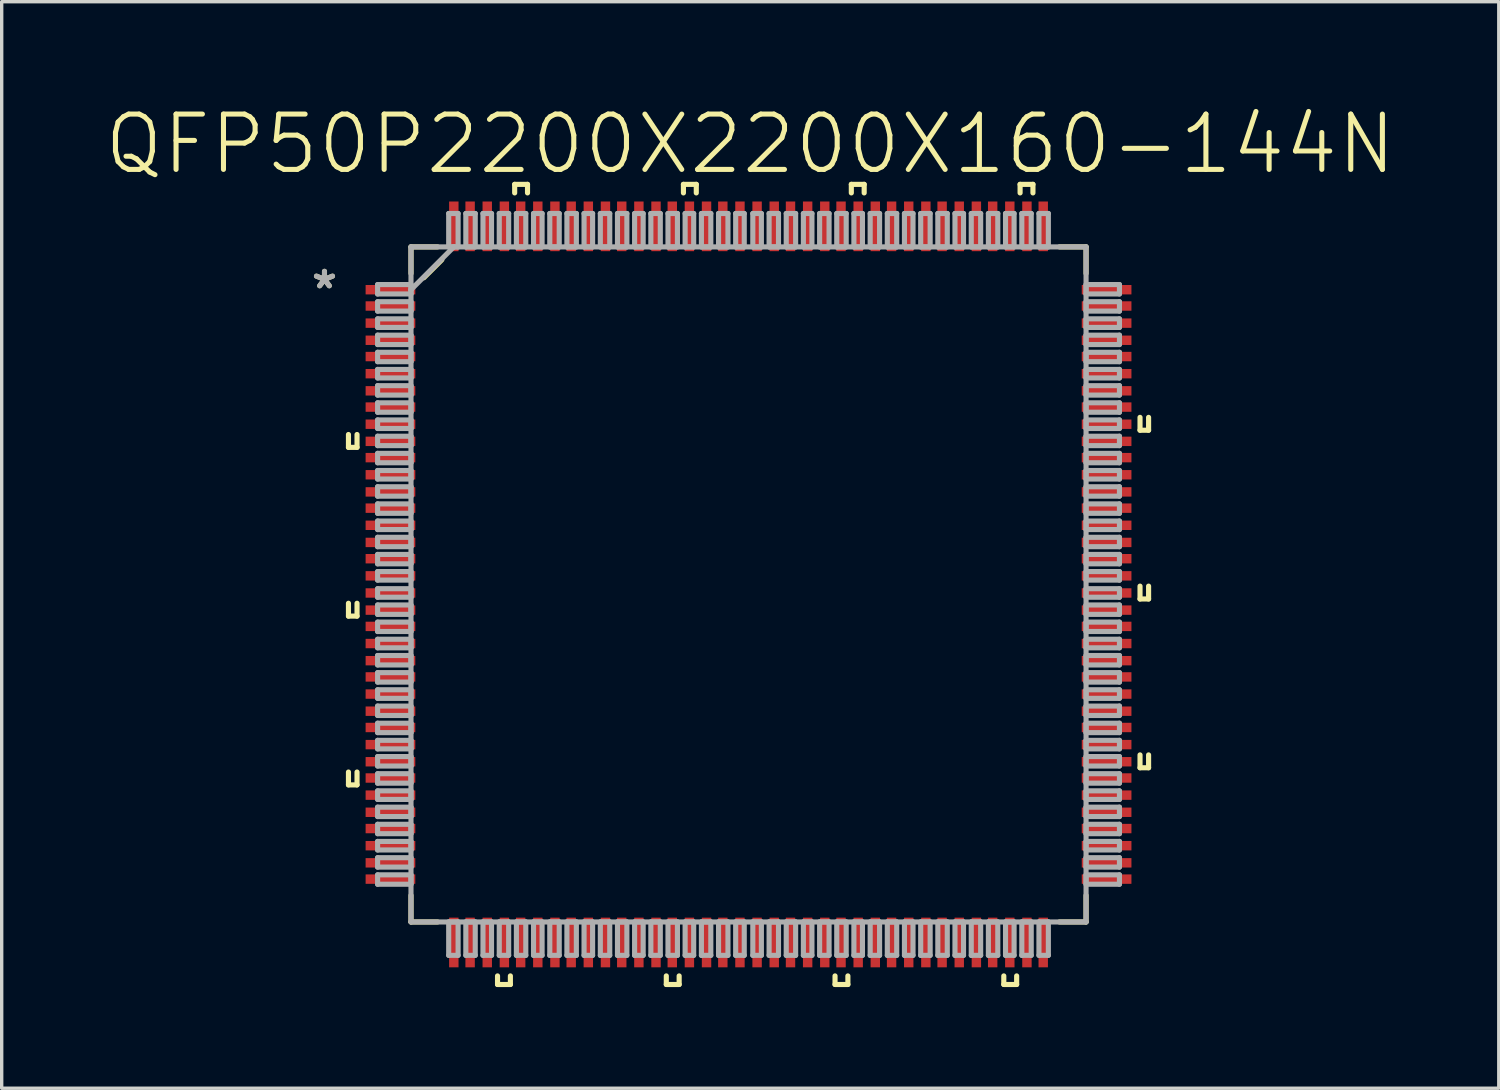
<source format=kicad_pcb>
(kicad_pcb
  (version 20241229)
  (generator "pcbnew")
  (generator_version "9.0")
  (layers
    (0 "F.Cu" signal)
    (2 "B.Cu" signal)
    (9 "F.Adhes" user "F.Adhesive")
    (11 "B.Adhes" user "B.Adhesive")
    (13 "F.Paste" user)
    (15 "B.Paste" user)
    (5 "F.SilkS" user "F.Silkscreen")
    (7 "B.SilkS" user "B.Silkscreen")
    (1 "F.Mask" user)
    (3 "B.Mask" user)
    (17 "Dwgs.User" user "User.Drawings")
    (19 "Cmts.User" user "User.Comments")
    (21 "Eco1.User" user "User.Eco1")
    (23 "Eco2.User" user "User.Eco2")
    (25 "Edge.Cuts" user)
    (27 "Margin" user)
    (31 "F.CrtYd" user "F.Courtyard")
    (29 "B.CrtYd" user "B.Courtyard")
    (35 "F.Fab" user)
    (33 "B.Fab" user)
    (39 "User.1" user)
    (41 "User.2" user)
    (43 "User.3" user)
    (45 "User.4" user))
  (footprint "QFP50P2200X2200X160-144N"
    (layer "F.Cu")
    (at 19.144 14.278)
    (property "Reference" "QFP50P2200X2200X160-144N" (at 0.051 -13.056 0) (layer "F.SilkS") (effects (font (size 1.64 1.64) (thickness 0.15))))
    (attr smd)
    (fp_line (start -11.862 -4.445) (end -11.862 -4.064) (stroke (width 0.152) (type solid)) (layer "F.SilkS"))
    (fp_line (start -11.862 -4.064) (end -11.608 -4.064) (stroke (width 0.152) (type solid)) (layer "F.SilkS"))
    (fp_line (start -11.862 0.559) (end -11.862 0.94) (stroke (width 0.152) (type solid)) (layer "F.SilkS"))
    (fp_line (start -11.862 0.94) (end -11.608 0.94) (stroke (width 0.152) (type solid)) (layer "F.SilkS"))
    (fp_line (start -11.862 5.563) (end -11.862 5.944) (stroke (width 0.152) (type solid)) (layer "F.SilkS"))
    (fp_line (start -11.862 5.944) (end -11.608 5.944) (stroke (width 0.152) (type solid)) (layer "F.SilkS"))
    (fp_line (start -11.608 -4.064) (end -11.608 -4.445) (stroke (width 0.152) (type solid)) (layer "F.SilkS"))
    (fp_line (start -11.608 0.94) (end -11.608 0.559) (stroke (width 0.152) (type solid)) (layer "F.SilkS"))
    (fp_line (start -11.608 5.944) (end -11.608 5.563) (stroke (width 0.152) (type solid)) (layer "F.SilkS"))
    (fp_line (start -10.008 -10.008) (end -10.008 -9.22) (stroke (width 0.152) (type solid)) (layer "F.SilkS"))
    (fp_line (start -10.008 9.22) (end -10.008 10.008) (stroke (width 0.152) (type solid)) (layer "F.SilkS"))
    (fp_line (start -10.008 10.008) (end -9.22 10.008) (stroke (width 0.152) (type solid)) (layer "F.SilkS"))
    (fp_line (start -9.627 -9.093) (end -9.093 -9.627) (stroke (width 0.152) (type solid)) (layer "F.SilkS"))
    (fp_line (start -9.22 -10.008) (end -10.008 -10.008) (stroke (width 0.152) (type solid)) (layer "F.SilkS"))
    (fp_line (start -7.442 11.608) (end -7.442 11.862) (stroke (width 0.152) (type solid)) (layer "F.SilkS"))
    (fp_line (start -7.442 11.862) (end -7.061 11.862) (stroke (width 0.152) (type solid)) (layer "F.SilkS"))
    (fp_line (start -7.061 11.862) (end -7.061 11.608) (stroke (width 0.152) (type solid)) (layer "F.SilkS"))
    (fp_line (start -6.934 -11.862) (end -6.553 -11.862) (stroke (width 0.152) (type solid)) (layer "F.SilkS"))
    (fp_line (start -6.934 -11.608) (end -6.934 -11.862) (stroke (width 0.152) (type solid)) (layer "F.SilkS"))
    (fp_line (start -6.553 -11.862) (end -6.553 -11.608) (stroke (width 0.152) (type solid)) (layer "F.SilkS"))
    (fp_line (start -2.438 11.608) (end -2.438 11.862) (stroke (width 0.152) (type solid)) (layer "F.SilkS"))
    (fp_line (start -2.438 11.862) (end -2.057 11.862) (stroke (width 0.152) (type solid)) (layer "F.SilkS"))
    (fp_line (start -2.057 11.862) (end -2.057 11.608) (stroke (width 0.152) (type solid)) (layer "F.SilkS"))
    (fp_line (start -1.93 -11.862) (end -1.549 -11.862) (stroke (width 0.152) (type solid)) (layer "F.SilkS"))
    (fp_line (start -1.93 -11.608) (end -1.93 -11.862) (stroke (width 0.152) (type solid)) (layer "F.SilkS"))
    (fp_line (start -1.549 -11.862) (end -1.549 -11.608) (stroke (width 0.152) (type solid)) (layer "F.SilkS"))
    (fp_line (start 2.565 11.608) (end 2.565 11.862) (stroke (width 0.152) (type solid)) (layer "F.SilkS"))
    (fp_line (start 2.565 11.862) (end 2.946 11.862) (stroke (width 0.152) (type solid)) (layer "F.SilkS"))
    (fp_line (start 2.946 11.862) (end 2.946 11.608) (stroke (width 0.152) (type solid)) (layer "F.SilkS"))
    (fp_line (start 3.048 -11.862) (end 3.429 -11.862) (stroke (width 0.152) (type solid)) (layer "F.SilkS"))
    (fp_line (start 3.048 -11.608) (end 3.048 -11.862) (stroke (width 0.152) (type solid)) (layer "F.SilkS"))
    (fp_line (start 3.429 -11.862) (end 3.429 -11.608) (stroke (width 0.152) (type solid)) (layer "F.SilkS"))
    (fp_line (start 7.569 11.608) (end 7.569 11.862) (stroke (width 0.152) (type solid)) (layer "F.SilkS"))
    (fp_line (start 7.569 11.862) (end 7.95 11.862) (stroke (width 0.152) (type solid)) (layer "F.SilkS"))
    (fp_line (start 7.95 11.862) (end 7.95 11.608) (stroke (width 0.152) (type solid)) (layer "F.SilkS"))
    (fp_line (start 8.052 -11.862) (end 8.433 -11.862) (stroke (width 0.152) (type solid)) (layer "F.SilkS"))
    (fp_line (start 8.052 -11.608) (end 8.052 -11.862) (stroke (width 0.152) (type solid)) (layer "F.SilkS"))
    (fp_line (start 8.433 -11.862) (end 8.433 -11.608) (stroke (width 0.152) (type solid)) (layer "F.SilkS"))
    (fp_line (start 9.22 10.008) (end 10.008 10.008) (stroke (width 0.152) (type solid)) (layer "F.SilkS"))
    (fp_line (start 10.008 -10.008) (end 9.22 -10.008) (stroke (width 0.152) (type solid)) (layer "F.SilkS"))
    (fp_line (start 10.008 -9.22) (end 10.008 -10.008) (stroke (width 0.152) (type solid)) (layer "F.SilkS"))
    (fp_line (start 10.008 10.008) (end 10.008 9.22) (stroke (width 0.152) (type solid)) (layer "F.SilkS"))
    (fp_line (start 11.608 -4.572) (end 11.608 -4.953) (stroke (width 0.152) (type solid)) (layer "F.SilkS"))
    (fp_line (start 11.608 0.432) (end 11.608 0.051) (stroke (width 0.152) (type solid)) (layer "F.SilkS"))
    (fp_line (start 11.608 5.436) (end 11.608 5.055) (stroke (width 0.152) (type solid)) (layer "F.SilkS"))
    (fp_line (start 11.862 -4.953) (end 11.862 -4.572) (stroke (width 0.152) (type solid)) (layer "F.SilkS"))
    (fp_line (start 11.862 -4.572) (end 11.608 -4.572) (stroke (width 0.152) (type solid)) (layer "F.SilkS"))
    (fp_line (start 11.862 0.051) (end 11.862 0.432) (stroke (width 0.152) (type solid)) (layer "F.SilkS"))
    (fp_line (start 11.862 0.432) (end 11.608 0.432) (stroke (width 0.152) (type solid)) (layer "F.SilkS"))
    (fp_line (start 11.862 5.055) (end 11.862 5.436) (stroke (width 0.152) (type solid)) (layer "F.SilkS"))
    (fp_line (start 11.862 5.436) (end 11.608 5.436) (stroke (width 0.152) (type solid)) (layer "F.SilkS"))
    (fp_line (start -10.998 -8.89) (end -10.998 -8.611) (stroke (width 0.152) (type solid)) (layer "F.Fab"))
    (fp_line (start -10.998 -8.611) (end -10.008 -8.611) (stroke (width 0.152) (type solid)) (layer "F.Fab"))
    (fp_line (start -10.998 -8.382) (end -10.998 -8.103) (stroke (width 0.152) (type solid)) (layer "F.Fab"))
    (fp_line (start -10.998 -8.103) (end -10.008 -8.103) (stroke (width 0.152) (type solid)) (layer "F.Fab"))
    (fp_line (start -10.998 -7.874) (end -10.998 -7.62) (stroke (width 0.152) (type solid)) (layer "F.Fab"))
    (fp_line (start -10.998 -7.62) (end -10.008 -7.62) (stroke (width 0.152) (type solid)) (layer "F.Fab"))
    (fp_line (start -10.998 -7.391) (end -10.998 -7.112) (stroke (width 0.152) (type solid)) (layer "F.Fab"))
    (fp_line (start -10.998 -7.112) (end -10.008 -7.112) (stroke (width 0.152) (type solid)) (layer "F.Fab"))
    (fp_line (start -10.998 -6.883) (end -10.998 -6.604) (stroke (width 0.152) (type solid)) (layer "F.Fab"))
    (fp_line (start -10.998 -6.604) (end -10.008 -6.604) (stroke (width 0.152) (type solid)) (layer "F.Fab"))
    (fp_line (start -10.998 -6.375) (end -10.998 -6.121) (stroke (width 0.152) (type solid)) (layer "F.Fab"))
    (fp_line (start -10.998 -6.121) (end -10.008 -6.121) (stroke (width 0.152) (type solid)) (layer "F.Fab"))
    (fp_line (start -10.998 -5.893) (end -10.998 -5.613) (stroke (width 0.152) (type solid)) (layer "F.Fab"))
    (fp_line (start -10.998 -5.613) (end -10.008 -5.613) (stroke (width 0.152) (type solid)) (layer "F.Fab"))
    (fp_line (start -10.998 -5.385) (end -10.998 -5.105) (stroke (width 0.152) (type solid)) (layer "F.Fab"))
    (fp_line (start -10.998 -5.105) (end -10.008 -5.105) (stroke (width 0.152) (type solid)) (layer "F.Fab"))
    (fp_line (start -10.998 -4.877) (end -10.998 -4.623) (stroke (width 0.152) (type solid)) (layer "F.Fab"))
    (fp_line (start -10.998 -4.623) (end -10.008 -4.623) (stroke (width 0.152) (type solid)) (layer "F.Fab"))
    (fp_line (start -10.998 -4.394) (end -10.998 -4.115) (stroke (width 0.152) (type solid)) (layer "F.Fab"))
    (fp_line (start -10.998 -4.115) (end -10.008 -4.115) (stroke (width 0.152) (type solid)) (layer "F.Fab"))
    (fp_line (start -10.998 -3.886) (end -10.998 -3.607) (stroke (width 0.152) (type solid)) (layer "F.Fab"))
    (fp_line (start -10.998 -3.607) (end -10.008 -3.607) (stroke (width 0.152) (type solid)) (layer "F.Fab"))
    (fp_line (start -10.998 -3.378) (end -10.998 -3.124) (stroke (width 0.152) (type solid)) (layer "F.Fab"))
    (fp_line (start -10.998 -3.124) (end -10.008 -3.124) (stroke (width 0.152) (type solid)) (layer "F.Fab"))
    (fp_line (start -10.998 -2.896) (end -10.998 -2.616) (stroke (width 0.152) (type solid)) (layer "F.Fab"))
    (fp_line (start -10.998 -2.616) (end -10.008 -2.616) (stroke (width 0.152) (type solid)) (layer "F.Fab"))
    (fp_line (start -10.998 -2.388) (end -10.998 -2.108) (stroke (width 0.152) (type solid)) (layer "F.Fab"))
    (fp_line (start -10.998 -2.108) (end -10.008 -2.108) (stroke (width 0.152) (type solid)) (layer "F.Fab"))
    (fp_line (start -10.998 -1.88) (end -10.998 -1.626) (stroke (width 0.152) (type solid)) (layer "F.Fab"))
    (fp_line (start -10.998 -1.626) (end -10.008 -1.626) (stroke (width 0.152) (type solid)) (layer "F.Fab"))
    (fp_line (start -10.998 -1.397) (end -10.998 -1.118) (stroke (width 0.152) (type solid)) (layer "F.Fab"))
    (fp_line (start -10.998 -1.118) (end -10.008 -1.118) (stroke (width 0.152) (type solid)) (layer "F.Fab"))
    (fp_line (start -10.998 -0.889) (end -10.998 -0.61) (stroke (width 0.152) (type solid)) (layer "F.Fab"))
    (fp_line (start -10.998 -0.61) (end -10.008 -0.61) (stroke (width 0.152) (type solid)) (layer "F.Fab"))
    (fp_line (start -10.998 -0.381) (end -10.998 -0.127) (stroke (width 0.152) (type solid)) (layer "F.Fab"))
    (fp_line (start -10.998 -0.127) (end -10.008 -0.127) (stroke (width 0.152) (type solid)) (layer "F.Fab"))
    (fp_line (start -10.998 0.127) (end -10.998 0.381) (stroke (width 0.152) (type solid)) (layer "F.Fab"))
    (fp_line (start -10.998 0.381) (end -10.008 0.381) (stroke (width 0.152) (type solid)) (layer "F.Fab"))
    (fp_line (start -10.998 0.61) (end -10.998 0.889) (stroke (width 0.152) (type solid)) (layer "F.Fab"))
    (fp_line (start -10.998 0.889) (end -10.008 0.889) (stroke (width 0.152) (type solid)) (layer "F.Fab"))
    (fp_line (start -10.998 1.118) (end -10.998 1.397) (stroke (width 0.152) (type solid)) (layer "F.Fab"))
    (fp_line (start -10.998 1.397) (end -10.008 1.397) (stroke (width 0.152) (type solid)) (layer "F.Fab"))
    (fp_line (start -10.998 1.626) (end -10.998 1.88) (stroke (width 0.152) (type solid)) (layer "F.Fab"))
    (fp_line (start -10.998 1.88) (end -10.008 1.88) (stroke (width 0.152) (type solid)) (layer "F.Fab"))
    (fp_line (start -10.998 2.108) (end -10.998 2.388) (stroke (width 0.152) (type solid)) (layer "F.Fab"))
    (fp_line (start -10.998 2.388) (end -10.008 2.388) (stroke (width 0.152) (type solid)) (layer "F.Fab"))
    (fp_line (start -10.998 2.616) (end -10.998 2.896) (stroke (width 0.152) (type solid)) (layer "F.Fab"))
    (fp_line (start -10.998 2.896) (end -10.008 2.896) (stroke (width 0.152) (type solid)) (layer "F.Fab"))
    (fp_line (start -10.998 3.124) (end -10.998 3.378) (stroke (width 0.152) (type solid)) (layer "F.Fab"))
    (fp_line (start -10.998 3.378) (end -10.008 3.378) (stroke (width 0.152) (type solid)) (layer "F.Fab"))
    (fp_line (start -10.998 3.607) (end -10.998 3.886) (stroke (width 0.152) (type solid)) (layer "F.Fab"))
    (fp_line (start -10.998 3.886) (end -10.008 3.886) (stroke (width 0.152) (type solid)) (layer "F.Fab"))
    (fp_line (start -10.998 4.115) (end -10.998 4.394) (stroke (width 0.152) (type solid)) (layer "F.Fab"))
    (fp_line (start -10.998 4.394) (end -10.008 4.394) (stroke (width 0.152) (type solid)) (layer "F.Fab"))
    (fp_line (start -10.998 4.623) (end -10.998 4.877) (stroke (width 0.152) (type solid)) (layer "F.Fab"))
    (fp_line (start -10.998 4.877) (end -10.008 4.877) (stroke (width 0.152) (type solid)) (layer "F.Fab"))
    (fp_line (start -10.998 5.105) (end -10.998 5.385) (stroke (width 0.152) (type solid)) (layer "F.Fab"))
    (fp_line (start -10.998 5.385) (end -10.008 5.385) (stroke (width 0.152) (type solid)) (layer "F.Fab"))
    (fp_line (start -10.998 5.613) (end -10.998 5.893) (stroke (width 0.152) (type solid)) (layer "F.Fab"))
    (fp_line (start -10.998 5.893) (end -10.008 5.893) (stroke (width 0.152) (type solid)) (layer "F.Fab"))
    (fp_line (start -10.998 6.121) (end -10.998 6.375) (stroke (width 0.152) (type solid)) (layer "F.Fab"))
    (fp_line (start -10.998 6.375) (end -10.008 6.375) (stroke (width 0.152) (type solid)) (layer "F.Fab"))
    (fp_line (start -10.998 6.604) (end -10.998 6.883) (stroke (width 0.152) (type solid)) (layer "F.Fab"))
    (fp_line (start -10.998 6.883) (end -10.008 6.883) (stroke (width 0.152) (type solid)) (layer "F.Fab"))
    (fp_line (start -10.998 7.112) (end -10.998 7.391) (stroke (width 0.152) (type solid)) (layer "F.Fab"))
    (fp_line (start -10.998 7.391) (end -10.008 7.391) (stroke (width 0.152) (type solid)) (layer "F.Fab"))
    (fp_line (start -10.998 7.62) (end -10.998 7.874) (stroke (width 0.152) (type solid)) (layer "F.Fab"))
    (fp_line (start -10.998 7.874) (end -10.008 7.874) (stroke (width 0.152) (type solid)) (layer "F.Fab"))
    (fp_line (start -10.998 8.103) (end -10.998 8.382) (stroke (width 0.152) (type solid)) (layer "F.Fab"))
    (fp_line (start -10.998 8.382) (end -10.008 8.382) (stroke (width 0.152) (type solid)) (layer "F.Fab"))
    (fp_line (start -10.998 8.611) (end -10.998 8.89) (stroke (width 0.152) (type solid)) (layer "F.Fab"))
    (fp_line (start -10.998 8.89) (end -10.008 8.89) (stroke (width 0.152) (type solid)) (layer "F.Fab"))
    (fp_line (start -10.008 -10.008) (end -10.008 10.008) (stroke (width 0.152) (type solid)) (layer "F.Fab"))
    (fp_line (start -10.008 -8.89) (end -10.998 -8.89) (stroke (width 0.152) (type solid)) (layer "F.Fab"))
    (fp_line (start -10.008 -8.738) (end -10.008 -8.89) (stroke (width 0.152) (type solid)) (layer "F.Fab"))
    (fp_line (start -10.008 -8.738) (end -8.738 -10.008) (stroke (width 0.152) (type solid)) (layer "F.Fab"))
    (fp_line (start -10.008 -8.611) (end -10.008 -8.738) (stroke (width 0.152) (type solid)) (layer "F.Fab"))
    (fp_line (start -10.008 -8.382) (end -10.998 -8.382) (stroke (width 0.152) (type solid)) (layer "F.Fab"))
    (fp_line (start -10.008 -8.103) (end -10.008 -8.382) (stroke (width 0.152) (type solid)) (layer "F.Fab"))
    (fp_line (start -10.008 -7.874) (end -10.998 -7.874) (stroke (width 0.152) (type solid)) (layer "F.Fab"))
    (fp_line (start -10.008 -7.62) (end -10.008 -7.874) (stroke (width 0.152) (type solid)) (layer "F.Fab"))
    (fp_line (start -10.008 -7.391) (end -10.998 -7.391) (stroke (width 0.152) (type solid)) (layer "F.Fab"))
    (fp_line (start -10.008 -7.112) (end -10.008 -7.391) (stroke (width 0.152) (type solid)) (layer "F.Fab"))
    (fp_line (start -10.008 -6.883) (end -10.998 -6.883) (stroke (width 0.152) (type solid)) (layer "F.Fab"))
    (fp_line (start -10.008 -6.604) (end -10.008 -6.883) (stroke (width 0.152) (type solid)) (layer "F.Fab"))
    (fp_line (start -10.008 -6.375) (end -10.998 -6.375) (stroke (width 0.152) (type solid)) (layer "F.Fab"))
    (fp_line (start -10.008 -6.121) (end -10.008 -6.375) (stroke (width 0.152) (type solid)) (layer "F.Fab"))
    (fp_line (start -10.008 -5.893) (end -10.998 -5.893) (stroke (width 0.152) (type solid)) (layer "F.Fab"))
    (fp_line (start -10.008 -5.613) (end -10.008 -5.893) (stroke (width 0.152) (type solid)) (layer "F.Fab"))
    (fp_line (start -10.008 -5.385) (end -10.998 -5.385) (stroke (width 0.152) (type solid)) (layer "F.Fab"))
    (fp_line (start -10.008 -5.105) (end -10.008 -5.385) (stroke (width 0.152) (type solid)) (layer "F.Fab"))
    (fp_line (start -10.008 -4.877) (end -10.998 -4.877) (stroke (width 0.152) (type solid)) (layer "F.Fab"))
    (fp_line (start -10.008 -4.623) (end -10.008 -4.877) (stroke (width 0.152) (type solid)) (layer "F.Fab"))
    (fp_line (start -10.008 -4.394) (end -10.998 -4.394) (stroke (width 0.152) (type solid)) (layer "F.Fab"))
    (fp_line (start -10.008 -4.115) (end -10.008 -4.394) (stroke (width 0.152) (type solid)) (layer "F.Fab"))
    (fp_line (start -10.008 -3.886) (end -10.998 -3.886) (stroke (width 0.152) (type solid)) (layer "F.Fab"))
    (fp_line (start -10.008 -3.607) (end -10.008 -3.886) (stroke (width 0.152) (type solid)) (layer "F.Fab"))
    (fp_line (start -10.008 -3.378) (end -10.998 -3.378) (stroke (width 0.152) (type solid)) (layer "F.Fab"))
    (fp_line (start -10.008 -3.124) (end -10.008 -3.378) (stroke (width 0.152) (type solid)) (layer "F.Fab"))
    (fp_line (start -10.008 -2.896) (end -10.998 -2.896) (stroke (width 0.152) (type solid)) (layer "F.Fab"))
    (fp_line (start -10.008 -2.616) (end -10.008 -2.896) (stroke (width 0.152) (type solid)) (layer "F.Fab"))
    (fp_line (start -10.008 -2.388) (end -10.998 -2.388) (stroke (width 0.152) (type solid)) (layer "F.Fab"))
    (fp_line (start -10.008 -2.108) (end -10.008 -2.388) (stroke (width 0.152) (type solid)) (layer "F.Fab"))
    (fp_line (start -10.008 -1.88) (end -10.998 -1.88) (stroke (width 0.152) (type solid)) (layer "F.Fab"))
    (fp_line (start -10.008 -1.626) (end -10.008 -1.88) (stroke (width 0.152) (type solid)) (layer "F.Fab"))
    (fp_line (start -10.008 -1.397) (end -10.998 -1.397) (stroke (width 0.152) (type solid)) (layer "F.Fab"))
    (fp_line (start -10.008 -1.118) (end -10.008 -1.397) (stroke (width 0.152) (type solid)) (layer "F.Fab"))
    (fp_line (start -10.008 -0.889) (end -10.998 -0.889) (stroke (width 0.152) (type solid)) (layer "F.Fab"))
    (fp_line (start -10.008 -0.61) (end -10.008 -0.889) (stroke (width 0.152) (type solid)) (layer "F.Fab"))
    (fp_line (start -10.008 -0.381) (end -10.998 -0.381) (stroke (width 0.152) (type solid)) (layer "F.Fab"))
    (fp_line (start -10.008 -0.127) (end -10.008 -0.381) (stroke (width 0.152) (type solid)) (layer "F.Fab"))
    (fp_line (start -10.008 0.127) (end -10.998 0.127) (stroke (width 0.152) (type solid)) (layer "F.Fab"))
    (fp_line (start -10.008 0.381) (end -10.008 0.127) (stroke (width 0.152) (type solid)) (layer "F.Fab"))
    (fp_line (start -10.008 0.61) (end -10.998 0.61) (stroke (width 0.152) (type solid)) (layer "F.Fab"))
    (fp_line (start -10.008 0.889) (end -10.008 0.61) (stroke (width 0.152) (type solid)) (layer "F.Fab"))
    (fp_line (start -10.008 1.118) (end -10.998 1.118) (stroke (width 0.152) (type solid)) (layer "F.Fab"))
    (fp_line (start -10.008 1.397) (end -10.008 1.118) (stroke (width 0.152) (type solid)) (layer "F.Fab"))
    (fp_line (start -10.008 1.626) (end -10.998 1.626) (stroke (width 0.152) (type solid)) (layer "F.Fab"))
    (fp_line (start -10.008 1.88) (end -10.008 1.626) (stroke (width 0.152) (type solid)) (layer "F.Fab"))
    (fp_line (start -10.008 2.108) (end -10.998 2.108) (stroke (width 0.152) (type solid)) (layer "F.Fab"))
    (fp_line (start -10.008 2.388) (end -10.008 2.108) (stroke (width 0.152) (type solid)) (layer "F.Fab"))
    (fp_line (start -10.008 2.616) (end -10.998 2.616) (stroke (width 0.152) (type solid)) (layer "F.Fab"))
    (fp_line (start -10.008 2.896) (end -10.008 2.616) (stroke (width 0.152) (type solid)) (layer "F.Fab"))
    (fp_line (start -10.008 3.124) (end -10.998 3.124) (stroke (width 0.152) (type solid)) (layer "F.Fab"))
    (fp_line (start -10.008 3.378) (end -10.008 3.124) (stroke (width 0.152) (type solid)) (layer "F.Fab"))
    (fp_line (start -10.008 3.607) (end -10.998 3.607) (stroke (width 0.152) (type solid)) (layer "F.Fab"))
    (fp_line (start -10.008 3.886) (end -10.008 3.607) (stroke (width 0.152) (type solid)) (layer "F.Fab"))
    (fp_line (start -10.008 4.115) (end -10.998 4.115) (stroke (width 0.152) (type solid)) (layer "F.Fab"))
    (fp_line (start -10.008 4.394) (end -10.008 4.115) (stroke (width 0.152) (type solid)) (layer "F.Fab"))
    (fp_line (start -10.008 4.623) (end -10.998 4.623) (stroke (width 0.152) (type solid)) (layer "F.Fab"))
    (fp_line (start -10.008 4.877) (end -10.008 4.623) (stroke (width 0.152) (type solid)) (layer "F.Fab"))
    (fp_line (start -10.008 5.105) (end -10.998 5.105) (stroke (width 0.152) (type solid)) (layer "F.Fab"))
    (fp_line (start -10.008 5.385) (end -10.008 5.105) (stroke (width 0.152) (type solid)) (layer "F.Fab"))
    (fp_line (start -10.008 5.613) (end -10.998 5.613) (stroke (width 0.152) (type solid)) (layer "F.Fab"))
    (fp_line (start -10.008 5.893) (end -10.008 5.613) (stroke (width 0.152) (type solid)) (layer "F.Fab"))
    (fp_line (start -10.008 6.121) (end -10.998 6.121) (stroke (width 0.152) (type solid)) (layer "F.Fab"))
    (fp_line (start -10.008 6.375) (end -10.008 6.121) (stroke (width 0.152) (type solid)) (layer "F.Fab"))
    (fp_line (start -10.008 6.604) (end -10.998 6.604) (stroke (width 0.152) (type solid)) (layer "F.Fab"))
    (fp_line (start -10.008 6.883) (end -10.008 6.604) (stroke (width 0.152) (type solid)) (layer "F.Fab"))
    (fp_line (start -10.008 7.112) (end -10.998 7.112) (stroke (width 0.152) (type solid)) (layer "F.Fab"))
    (fp_line (start -10.008 7.391) (end -10.008 7.112) (stroke (width 0.152) (type solid)) (layer "F.Fab"))
    (fp_line (start -10.008 7.62) (end -10.998 7.62) (stroke (width 0.152) (type solid)) (layer "F.Fab"))
    (fp_line (start -10.008 7.874) (end -10.008 7.62) (stroke (width 0.152) (type solid)) (layer "F.Fab"))
    (fp_line (start -10.008 8.103) (end -10.998 8.103) (stroke (width 0.152) (type solid)) (layer "F.Fab"))
    (fp_line (start -10.008 8.382) (end -10.008 8.103) (stroke (width 0.152) (type solid)) (layer "F.Fab"))
    (fp_line (start -10.008 8.611) (end -10.998 8.611) (stroke (width 0.152) (type solid)) (layer "F.Fab"))
    (fp_line (start -10.008 8.89) (end -10.008 8.611) (stroke (width 0.152) (type solid)) (layer "F.Fab"))
    (fp_line (start -10.008 10.008) (end 10.008 10.008) (stroke (width 0.152) (type solid)) (layer "F.Fab"))
    (fp_line (start -8.89 -10.998) (end -8.89 -10.008) (stroke (width 0.152) (type solid)) (layer "F.Fab"))
    (fp_line (start -8.89 -10.008) (end -8.738 -10.008) (stroke (width 0.152) (type solid)) (layer "F.Fab"))
    (fp_line (start -8.89 10.008) (end -8.89 10.998) (stroke (width 0.152) (type solid)) (layer "F.Fab"))
    (fp_line (start -8.89 10.998) (end -8.611 10.998) (stroke (width 0.152) (type solid)) (layer "F.Fab"))
    (fp_line (start -8.738 -10.008) (end -8.611 -10.008) (stroke (width 0.152) (type solid)) (layer "F.Fab"))
    (fp_line (start -8.611 -10.998) (end -8.89 -10.998) (stroke (width 0.152) (type solid)) (layer "F.Fab"))
    (fp_line (start -8.611 -10.008) (end -8.611 -10.998) (stroke (width 0.152) (type solid)) (layer "F.Fab"))
    (fp_line (start -8.611 10.008) (end -8.89 10.008) (stroke (width 0.152) (type solid)) (layer "F.Fab"))
    (fp_line (start -8.611 10.998) (end -8.611 10.008) (stroke (width 0.152) (type solid)) (layer "F.Fab"))
    (fp_line (start -8.382 -10.998) (end -8.382 -10.008) (stroke (width 0.152) (type solid)) (layer "F.Fab"))
    (fp_line (start -8.382 -10.008) (end -8.103 -10.008) (stroke (width 0.152) (type solid)) (layer "F.Fab"))
    (fp_line (start -8.382 10.008) (end -8.382 10.998) (stroke (width 0.152) (type solid)) (layer "F.Fab"))
    (fp_line (start -8.382 10.998) (end -8.103 10.998) (stroke (width 0.152) (type solid)) (layer "F.Fab"))
    (fp_line (start -8.103 -10.998) (end -8.382 -10.998) (stroke (width 0.152) (type solid)) (layer "F.Fab"))
    (fp_line (start -8.103 -10.008) (end -8.103 -10.998) (stroke (width 0.152) (type solid)) (layer "F.Fab"))
    (fp_line (start -8.103 10.008) (end -8.382 10.008) (stroke (width 0.152) (type solid)) (layer "F.Fab"))
    (fp_line (start -8.103 10.998) (end -8.103 10.008) (stroke (width 0.152) (type solid)) (layer "F.Fab"))
    (fp_line (start -7.874 -10.998) (end -7.874 -10.008) (stroke (width 0.152) (type solid)) (layer "F.Fab"))
    (fp_line (start -7.874 -10.008) (end -7.62 -10.008) (stroke (width 0.152) (type solid)) (layer "F.Fab"))
    (fp_line (start -7.874 10.008) (end -7.874 10.998) (stroke (width 0.152) (type solid)) (layer "F.Fab"))
    (fp_line (start -7.874 10.998) (end -7.62 10.998) (stroke (width 0.152) (type solid)) (layer "F.Fab"))
    (fp_line (start -7.62 -10.998) (end -7.874 -10.998) (stroke (width 0.152) (type solid)) (layer "F.Fab"))
    (fp_line (start -7.62 -10.008) (end -7.62 -10.998) (stroke (width 0.152) (type solid)) (layer "F.Fab"))
    (fp_line (start -7.62 10.008) (end -7.874 10.008) (stroke (width 0.152) (type solid)) (layer "F.Fab"))
    (fp_line (start -7.62 10.998) (end -7.62 10.008) (stroke (width 0.152) (type solid)) (layer "F.Fab"))
    (fp_line (start -7.391 -10.998) (end -7.391 -10.008) (stroke (width 0.152) (type solid)) (layer "F.Fab"))
    (fp_line (start -7.391 -10.008) (end -7.112 -10.008) (stroke (width 0.152) (type solid)) (layer "F.Fab"))
    (fp_line (start -7.391 10.008) (end -7.391 10.998) (stroke (width 0.152) (type solid)) (layer "F.Fab"))
    (fp_line (start -7.391 10.998) (end -7.112 10.998) (stroke (width 0.152) (type solid)) (layer "F.Fab"))
    (fp_line (start -7.112 -10.998) (end -7.391 -10.998) (stroke (width 0.152) (type solid)) (layer "F.Fab"))
    (fp_line (start -7.112 -10.008) (end -7.112 -10.998) (stroke (width 0.152) (type solid)) (layer "F.Fab"))
    (fp_line (start -7.112 10.008) (end -7.391 10.008) (stroke (width 0.152) (type solid)) (layer "F.Fab"))
    (fp_line (start -7.112 10.998) (end -7.112 10.008) (stroke (width 0.152) (type solid)) (layer "F.Fab"))
    (fp_line (start -6.883 -10.998) (end -6.883 -10.008) (stroke (width 0.152) (type solid)) (layer "F.Fab"))
    (fp_line (start -6.883 -10.008) (end -6.604 -10.008) (stroke (width 0.152) (type solid)) (layer "F.Fab"))
    (fp_line (start -6.883 10.008) (end -6.883 10.998) (stroke (width 0.152) (type solid)) (layer "F.Fab"))
    (fp_line (start -6.883 10.998) (end -6.604 10.998) (stroke (width 0.152) (type solid)) (layer "F.Fab"))
    (fp_line (start -6.604 -10.998) (end -6.883 -10.998) (stroke (width 0.152) (type solid)) (layer "F.Fab"))
    (fp_line (start -6.604 -10.008) (end -6.604 -10.998) (stroke (width 0.152) (type solid)) (layer "F.Fab"))
    (fp_line (start -6.604 10.008) (end -6.883 10.008) (stroke (width 0.152) (type solid)) (layer "F.Fab"))
    (fp_line (start -6.604 10.998) (end -6.604 10.008) (stroke (width 0.152) (type solid)) (layer "F.Fab"))
    (fp_line (start -6.375 -10.998) (end -6.375 -10.008) (stroke (width 0.152) (type solid)) (layer "F.Fab"))
    (fp_line (start -6.375 -10.008) (end -6.121 -10.008) (stroke (width 0.152) (type solid)) (layer "F.Fab"))
    (fp_line (start -6.375 10.008) (end -6.375 10.998) (stroke (width 0.152) (type solid)) (layer "F.Fab"))
    (fp_line (start -6.375 10.998) (end -6.121 10.998) (stroke (width 0.152) (type solid)) (layer "F.Fab"))
    (fp_line (start -6.121 -10.998) (end -6.375 -10.998) (stroke (width 0.152) (type solid)) (layer "F.Fab"))
    (fp_line (start -6.121 -10.008) (end -6.121 -10.998) (stroke (width 0.152) (type solid)) (layer "F.Fab"))
    (fp_line (start -6.121 10.008) (end -6.375 10.008) (stroke (width 0.152) (type solid)) (layer "F.Fab"))
    (fp_line (start -6.121 10.998) (end -6.121 10.008) (stroke (width 0.152) (type solid)) (layer "F.Fab"))
    (fp_line (start -5.893 -10.998) (end -5.893 -10.008) (stroke (width 0.152) (type solid)) (layer "F.Fab"))
    (fp_line (start -5.893 -10.008) (end -5.613 -10.008) (stroke (width 0.152) (type solid)) (layer "F.Fab"))
    (fp_line (start -5.893 10.008) (end -5.893 10.998) (stroke (width 0.152) (type solid)) (layer "F.Fab"))
    (fp_line (start -5.893 10.998) (end -5.613 10.998) (stroke (width 0.152) (type solid)) (layer "F.Fab"))
    (fp_line (start -5.613 -10.998) (end -5.893 -10.998) (stroke (width 0.152) (type solid)) (layer "F.Fab"))
    (fp_line (start -5.613 -10.008) (end -5.613 -10.998) (stroke (width 0.152) (type solid)) (layer "F.Fab"))
    (fp_line (start -5.613 10.008) (end -5.893 10.008) (stroke (width 0.152) (type solid)) (layer "F.Fab"))
    (fp_line (start -5.613 10.998) (end -5.613 10.008) (stroke (width 0.152) (type solid)) (layer "F.Fab"))
    (fp_line (start -5.385 -10.998) (end -5.385 -10.008) (stroke (width 0.152) (type solid)) (layer "F.Fab"))
    (fp_line (start -5.385 -10.008) (end -5.105 -10.008) (stroke (width 0.152) (type solid)) (layer "F.Fab"))
    (fp_line (start -5.385 10.008) (end -5.385 10.998) (stroke (width 0.152) (type solid)) (layer "F.Fab"))
    (fp_line (start -5.385 10.998) (end -5.105 10.998) (stroke (width 0.152) (type solid)) (layer "F.Fab"))
    (fp_line (start -5.105 -10.998) (end -5.385 -10.998) (stroke (width 0.152) (type solid)) (layer "F.Fab"))
    (fp_line (start -5.105 -10.008) (end -5.105 -10.998) (stroke (width 0.152) (type solid)) (layer "F.Fab"))
    (fp_line (start -5.105 10.008) (end -5.385 10.008) (stroke (width 0.152) (type solid)) (layer "F.Fab"))
    (fp_line (start -5.105 10.998) (end -5.105 10.008) (stroke (width 0.152) (type solid)) (layer "F.Fab"))
    (fp_line (start -4.877 -10.998) (end -4.877 -10.008) (stroke (width 0.152) (type solid)) (layer "F.Fab"))
    (fp_line (start -4.877 -10.008) (end -4.623 -10.008) (stroke (width 0.152) (type solid)) (layer "F.Fab"))
    (fp_line (start -4.877 10.008) (end -4.877 10.998) (stroke (width 0.152) (type solid)) (layer "F.Fab"))
    (fp_line (start -4.877 10.998) (end -4.623 10.998) (stroke (width 0.152) (type solid)) (layer "F.Fab"))
    (fp_line (start -4.623 -10.998) (end -4.877 -10.998) (stroke (width 0.152) (type solid)) (layer "F.Fab"))
    (fp_line (start -4.623 -10.008) (end -4.623 -10.998) (stroke (width 0.152) (type solid)) (layer "F.Fab"))
    (fp_line (start -4.623 10.008) (end -4.877 10.008) (stroke (width 0.152) (type solid)) (layer "F.Fab"))
    (fp_line (start -4.623 10.998) (end -4.623 10.008) (stroke (width 0.152) (type solid)) (layer "F.Fab"))
    (fp_line (start -4.394 -10.998) (end -4.394 -10.008) (stroke (width 0.152) (type solid)) (layer "F.Fab"))
    (fp_line (start -4.394 -10.008) (end -4.115 -10.008) (stroke (width 0.152) (type solid)) (layer "F.Fab"))
    (fp_line (start -4.394 10.008) (end -4.394 10.998) (stroke (width 0.152) (type solid)) (layer "F.Fab"))
    (fp_line (start -4.394 10.998) (end -4.115 10.998) (stroke (width 0.152) (type solid)) (layer "F.Fab"))
    (fp_line (start -4.115 -10.998) (end -4.394 -10.998) (stroke (width 0.152) (type solid)) (layer "F.Fab"))
    (fp_line (start -4.115 -10.008) (end -4.115 -10.998) (stroke (width 0.152) (type solid)) (layer "F.Fab"))
    (fp_line (start -4.115 10.008) (end -4.394 10.008) (stroke (width 0.152) (type solid)) (layer "F.Fab"))
    (fp_line (start -4.115 10.998) (end -4.115 10.008) (stroke (width 0.152) (type solid)) (layer "F.Fab"))
    (fp_line (start -3.886 -10.998) (end -3.886 -10.008) (stroke (width 0.152) (type solid)) (layer "F.Fab"))
    (fp_line (start -3.886 -10.008) (end -3.607 -10.008) (stroke (width 0.152) (type solid)) (layer "F.Fab"))
    (fp_line (start -3.886 10.008) (end -3.886 10.998) (stroke (width 0.152) (type solid)) (layer "F.Fab"))
    (fp_line (start -3.886 10.998) (end -3.607 10.998) (stroke (width 0.152) (type solid)) (layer "F.Fab"))
    (fp_line (start -3.607 -10.998) (end -3.886 -10.998) (stroke (width 0.152) (type solid)) (layer "F.Fab"))
    (fp_line (start -3.607 -10.008) (end -3.607 -10.998) (stroke (width 0.152) (type solid)) (layer "F.Fab"))
    (fp_line (start -3.607 10.008) (end -3.886 10.008) (stroke (width 0.152) (type solid)) (layer "F.Fab"))
    (fp_line (start -3.607 10.998) (end -3.607 10.008) (stroke (width 0.152) (type solid)) (layer "F.Fab"))
    (fp_line (start -3.378 -10.998) (end -3.378 -10.008) (stroke (width 0.152) (type solid)) (layer "F.Fab"))
    (fp_line (start -3.378 -10.008) (end -3.124 -10.008) (stroke (width 0.152) (type solid)) (layer "F.Fab"))
    (fp_line (start -3.378 10.008) (end -3.378 10.998) (stroke (width 0.152) (type solid)) (layer "F.Fab"))
    (fp_line (start -3.378 10.998) (end -3.124 10.998) (stroke (width 0.152) (type solid)) (layer "F.Fab"))
    (fp_line (start -3.124 -10.998) (end -3.378 -10.998) (stroke (width 0.152) (type solid)) (layer "F.Fab"))
    (fp_line (start -3.124 -10.008) (end -3.124 -10.998) (stroke (width 0.152) (type solid)) (layer "F.Fab"))
    (fp_line (start -3.124 10.008) (end -3.378 10.008) (stroke (width 0.152) (type solid)) (layer "F.Fab"))
    (fp_line (start -3.124 10.998) (end -3.124 10.008) (stroke (width 0.152) (type solid)) (layer "F.Fab"))
    (fp_line (start -2.896 -10.998) (end -2.896 -10.008) (stroke (width 0.152) (type solid)) (layer "F.Fab"))
    (fp_line (start -2.896 -10.008) (end -2.616 -10.008) (stroke (width 0.152) (type solid)) (layer "F.Fab"))
    (fp_line (start -2.896 10.008) (end -2.896 10.998) (stroke (width 0.152) (type solid)) (layer "F.Fab"))
    (fp_line (start -2.896 10.998) (end -2.616 10.998) (stroke (width 0.152) (type solid)) (layer "F.Fab"))
    (fp_line (start -2.616 -10.998) (end -2.896 -10.998) (stroke (width 0.152) (type solid)) (layer "F.Fab"))
    (fp_line (start -2.616 -10.008) (end -2.616 -10.998) (stroke (width 0.152) (type solid)) (layer "F.Fab"))
    (fp_line (start -2.616 10.008) (end -2.896 10.008) (stroke (width 0.152) (type solid)) (layer "F.Fab"))
    (fp_line (start -2.616 10.998) (end -2.616 10.008) (stroke (width 0.152) (type solid)) (layer "F.Fab"))
    (fp_line (start -2.388 -10.998) (end -2.388 -10.008) (stroke (width 0.152) (type solid)) (layer "F.Fab"))
    (fp_line (start -2.388 -10.008) (end -2.108 -10.008) (stroke (width 0.152) (type solid)) (layer "F.Fab"))
    (fp_line (start -2.388 10.008) (end -2.388 10.998) (stroke (width 0.152) (type solid)) (layer "F.Fab"))
    (fp_line (start -2.388 10.998) (end -2.108 10.998) (stroke (width 0.152) (type solid)) (layer "F.Fab"))
    (fp_line (start -2.108 -10.998) (end -2.388 -10.998) (stroke (width 0.152) (type solid)) (layer "F.Fab"))
    (fp_line (start -2.108 -10.008) (end -2.108 -10.998) (stroke (width 0.152) (type solid)) (layer "F.Fab"))
    (fp_line (start -2.108 10.008) (end -2.388 10.008) (stroke (width 0.152) (type solid)) (layer "F.Fab"))
    (fp_line (start -2.108 10.998) (end -2.108 10.008) (stroke (width 0.152) (type solid)) (layer "F.Fab"))
    (fp_line (start -1.88 -10.998) (end -1.88 -10.008) (stroke (width 0.152) (type solid)) (layer "F.Fab"))
    (fp_line (start -1.88 -10.008) (end -1.626 -10.008) (stroke (width 0.152) (type solid)) (layer "F.Fab"))
    (fp_line (start -1.88 10.008) (end -1.88 10.998) (stroke (width 0.152) (type solid)) (layer "F.Fab"))
    (fp_line (start -1.88 10.998) (end -1.626 10.998) (stroke (width 0.152) (type solid)) (layer "F.Fab"))
    (fp_line (start -1.626 -10.998) (end -1.88 -10.998) (stroke (width 0.152) (type solid)) (layer "F.Fab"))
    (fp_line (start -1.626 -10.008) (end -1.626 -10.998) (stroke (width 0.152) (type solid)) (layer "F.Fab"))
    (fp_line (start -1.626 10.008) (end -1.88 10.008) (stroke (width 0.152) (type solid)) (layer "F.Fab"))
    (fp_line (start -1.626 10.998) (end -1.626 10.008) (stroke (width 0.152) (type solid)) (layer "F.Fab"))
    (fp_line (start -1.397 -10.998) (end -1.397 -10.008) (stroke (width 0.152) (type solid)) (layer "F.Fab"))
    (fp_line (start -1.397 -10.008) (end -1.118 -10.008) (stroke (width 0.152) (type solid)) (layer "F.Fab"))
    (fp_line (start -1.397 10.008) (end -1.397 10.998) (stroke (width 0.152) (type solid)) (layer "F.Fab"))
    (fp_line (start -1.397 10.998) (end -1.118 10.998) (stroke (width 0.152) (type solid)) (layer "F.Fab"))
    (fp_line (start -1.118 -10.998) (end -1.397 -10.998) (stroke (width 0.152) (type solid)) (layer "F.Fab"))
    (fp_line (start -1.118 -10.008) (end -1.118 -10.998) (stroke (width 0.152) (type solid)) (layer "F.Fab"))
    (fp_line (start -1.118 10.008) (end -1.397 10.008) (stroke (width 0.152) (type solid)) (layer "F.Fab"))
    (fp_line (start -1.118 10.998) (end -1.118 10.008) (stroke (width 0.152) (type solid)) (layer "F.Fab"))
    (fp_line (start -0.889 -10.998) (end -0.889 -10.008) (stroke (width 0.152) (type solid)) (layer "F.Fab"))
    (fp_line (start -0.889 -10.008) (end -0.61 -10.008) (stroke (width 0.152) (type solid)) (layer "F.Fab"))
    (fp_line (start -0.889 10.008) (end -0.889 10.998) (stroke (width 0.152) (type solid)) (layer "F.Fab"))
    (fp_line (start -0.889 10.998) (end -0.61 10.998) (stroke (width 0.152) (type solid)) (layer "F.Fab"))
    (fp_line (start -0.61 -10.998) (end -0.889 -10.998) (stroke (width 0.152) (type solid)) (layer "F.Fab"))
    (fp_line (start -0.61 -10.008) (end -0.61 -10.998) (stroke (width 0.152) (type solid)) (layer "F.Fab"))
    (fp_line (start -0.61 10.008) (end -0.889 10.008) (stroke (width 0.152) (type solid)) (layer "F.Fab"))
    (fp_line (start -0.61 10.998) (end -0.61 10.008) (stroke (width 0.152) (type solid)) (layer "F.Fab"))
    (fp_line (start -0.381 -10.998) (end -0.381 -10.008) (stroke (width 0.152) (type solid)) (layer "F.Fab"))
    (fp_line (start -0.381 -10.008) (end -0.127 -10.008) (stroke (width 0.152) (type solid)) (layer "F.Fab"))
    (fp_line (start -0.381 10.008) (end -0.381 10.998) (stroke (width 0.152) (type solid)) (layer "F.Fab"))
    (fp_line (start -0.381 10.998) (end -0.127 10.998) (stroke (width 0.152) (type solid)) (layer "F.Fab"))
    (fp_line (start -0.127 -10.998) (end -0.381 -10.998) (stroke (width 0.152) (type solid)) (layer "F.Fab"))
    (fp_line (start -0.127 -10.008) (end -0.127 -10.998) (stroke (width 0.152) (type solid)) (layer "F.Fab"))
    (fp_line (start -0.127 10.008) (end -0.381 10.008) (stroke (width 0.152) (type solid)) (layer "F.Fab"))
    (fp_line (start -0.127 10.998) (end -0.127 10.008) (stroke (width 0.152) (type solid)) (layer "F.Fab"))
    (fp_line (start 0.127 -10.998) (end 0.127 -10.008) (stroke (width 0.152) (type solid)) (layer "F.Fab"))
    (fp_line (start 0.127 -10.008) (end 0.381 -10.008) (stroke (width 0.152) (type solid)) (layer "F.Fab"))
    (fp_line (start 0.127 10.008) (end 0.127 10.998) (stroke (width 0.152) (type solid)) (layer "F.Fab"))
    (fp_line (start 0.127 10.998) (end 0.381 10.998) (stroke (width 0.152) (type solid)) (layer "F.Fab"))
    (fp_line (start 0.381 -10.998) (end 0.127 -10.998) (stroke (width 0.152) (type solid)) (layer "F.Fab"))
    (fp_line (start 0.381 -10.008) (end 0.381 -10.998) (stroke (width 0.152) (type solid)) (layer "F.Fab"))
    (fp_line (start 0.381 10.008) (end 0.127 10.008) (stroke (width 0.152) (type solid)) (layer "F.Fab"))
    (fp_line (start 0.381 10.998) (end 0.381 10.008) (stroke (width 0.152) (type solid)) (layer "F.Fab"))
    (fp_line (start 0.61 -10.998) (end 0.61 -10.008) (stroke (width 0.152) (type solid)) (layer "F.Fab"))
    (fp_line (start 0.61 -10.008) (end 0.889 -10.008) (stroke (width 0.152) (type solid)) (layer "F.Fab"))
    (fp_line (start 0.61 10.008) (end 0.61 10.998) (stroke (width 0.152) (type solid)) (layer "F.Fab"))
    (fp_line (start 0.61 10.998) (end 0.889 10.998) (stroke (width 0.152) (type solid)) (layer "F.Fab"))
    (fp_line (start 0.889 -10.998) (end 0.61 -10.998) (stroke (width 0.152) (type solid)) (layer "F.Fab"))
    (fp_line (start 0.889 -10.008) (end 0.889 -10.998) (stroke (width 0.152) (type solid)) (layer "F.Fab"))
    (fp_line (start 0.889 10.008) (end 0.61 10.008) (stroke (width 0.152) (type solid)) (layer "F.Fab"))
    (fp_line (start 0.889 10.998) (end 0.889 10.008) (stroke (width 0.152) (type solid)) (layer "F.Fab"))
    (fp_line (start 1.118 -10.998) (end 1.118 -10.008) (stroke (width 0.152) (type solid)) (layer "F.Fab"))
    (fp_line (start 1.118 -10.008) (end 1.397 -10.008) (stroke (width 0.152) (type solid)) (layer "F.Fab"))
    (fp_line (start 1.118 10.008) (end 1.118 10.998) (stroke (width 0.152) (type solid)) (layer "F.Fab"))
    (fp_line (start 1.118 10.998) (end 1.397 10.998) (stroke (width 0.152) (type solid)) (layer "F.Fab"))
    (fp_line (start 1.397 -10.998) (end 1.118 -10.998) (stroke (width 0.152) (type solid)) (layer "F.Fab"))
    (fp_line (start 1.397 -10.008) (end 1.397 -10.998) (stroke (width 0.152) (type solid)) (layer "F.Fab"))
    (fp_line (start 1.397 10.008) (end 1.118 10.008) (stroke (width 0.152) (type solid)) (layer "F.Fab"))
    (fp_line (start 1.397 10.998) (end 1.397 10.008) (stroke (width 0.152) (type solid)) (layer "F.Fab"))
    (fp_line (start 1.626 -10.998) (end 1.626 -10.008) (stroke (width 0.152) (type solid)) (layer "F.Fab"))
    (fp_line (start 1.626 -10.008) (end 1.88 -10.008) (stroke (width 0.152) (type solid)) (layer "F.Fab"))
    (fp_line (start 1.626 10.008) (end 1.626 10.998) (stroke (width 0.152) (type solid)) (layer "F.Fab"))
    (fp_line (start 1.626 10.998) (end 1.88 10.998) (stroke (width 0.152) (type solid)) (layer "F.Fab"))
    (fp_line (start 1.88 -10.998) (end 1.626 -10.998) (stroke (width 0.152) (type solid)) (layer "F.Fab"))
    (fp_line (start 1.88 -10.008) (end 1.88 -10.998) (stroke (width 0.152) (type solid)) (layer "F.Fab"))
    (fp_line (start 1.88 10.008) (end 1.626 10.008) (stroke (width 0.152) (type solid)) (layer "F.Fab"))
    (fp_line (start 1.88 10.998) (end 1.88 10.008) (stroke (width 0.152) (type solid)) (layer "F.Fab"))
    (fp_line (start 2.108 -10.998) (end 2.108 -10.008) (stroke (width 0.152) (type solid)) (layer "F.Fab"))
    (fp_line (start 2.108 -10.008) (end 2.388 -10.008) (stroke (width 0.152) (type solid)) (layer "F.Fab"))
    (fp_line (start 2.108 10.008) (end 2.108 10.998) (stroke (width 0.152) (type solid)) (layer "F.Fab"))
    (fp_line (start 2.108 10.998) (end 2.388 10.998) (stroke (width 0.152) (type solid)) (layer "F.Fab"))
    (fp_line (start 2.388 -10.998) (end 2.108 -10.998) (stroke (width 0.152) (type solid)) (layer "F.Fab"))
    (fp_line (start 2.388 -10.008) (end 2.388 -10.998) (stroke (width 0.152) (type solid)) (layer "F.Fab"))
    (fp_line (start 2.388 10.008) (end 2.108 10.008) (stroke (width 0.152) (type solid)) (layer "F.Fab"))
    (fp_line (start 2.388 10.998) (end 2.388 10.008) (stroke (width 0.152) (type solid)) (layer "F.Fab"))
    (fp_line (start 2.616 -10.998) (end 2.616 -10.008) (stroke (width 0.152) (type solid)) (layer "F.Fab"))
    (fp_line (start 2.616 -10.008) (end 2.896 -10.008) (stroke (width 0.152) (type solid)) (layer "F.Fab"))
    (fp_line (start 2.616 10.008) (end 2.616 10.998) (stroke (width 0.152) (type solid)) (layer "F.Fab"))
    (fp_line (start 2.616 10.998) (end 2.896 10.998) (stroke (width 0.152) (type solid)) (layer "F.Fab"))
    (fp_line (start 2.896 -10.998) (end 2.616 -10.998) (stroke (width 0.152) (type solid)) (layer "F.Fab"))
    (fp_line (start 2.896 -10.008) (end 2.896 -10.998) (stroke (width 0.152) (type solid)) (layer "F.Fab"))
    (fp_line (start 2.896 10.008) (end 2.616 10.008) (stroke (width 0.152) (type solid)) (layer "F.Fab"))
    (fp_line (start 2.896 10.998) (end 2.896 10.008) (stroke (width 0.152) (type solid)) (layer "F.Fab"))
    (fp_line (start 3.124 -10.998) (end 3.124 -10.008) (stroke (width 0.152) (type solid)) (layer "F.Fab"))
    (fp_line (start 3.124 -10.008) (end 3.378 -10.008) (stroke (width 0.152) (type solid)) (layer "F.Fab"))
    (fp_line (start 3.124 10.008) (end 3.124 10.998) (stroke (width 0.152) (type solid)) (layer "F.Fab"))
    (fp_line (start 3.124 10.998) (end 3.378 10.998) (stroke (width 0.152) (type solid)) (layer "F.Fab"))
    (fp_line (start 3.378 -10.998) (end 3.124 -10.998) (stroke (width 0.152) (type solid)) (layer "F.Fab"))
    (fp_line (start 3.378 -10.008) (end 3.378 -10.998) (stroke (width 0.152) (type solid)) (layer "F.Fab"))
    (fp_line (start 3.378 10.008) (end 3.124 10.008) (stroke (width 0.152) (type solid)) (layer "F.Fab"))
    (fp_line (start 3.378 10.998) (end 3.378 10.008) (stroke (width 0.152) (type solid)) (layer "F.Fab"))
    (fp_line (start 3.607 -10.998) (end 3.607 -10.008) (stroke (width 0.152) (type solid)) (layer "F.Fab"))
    (fp_line (start 3.607 -10.008) (end 3.886 -10.008) (stroke (width 0.152) (type solid)) (layer "F.Fab"))
    (fp_line (start 3.607 10.008) (end 3.607 10.998) (stroke (width 0.152) (type solid)) (layer "F.Fab"))
    (fp_line (start 3.607 10.998) (end 3.886 10.998) (stroke (width 0.152) (type solid)) (layer "F.Fab"))
    (fp_line (start 3.886 -10.998) (end 3.607 -10.998) (stroke (width 0.152) (type solid)) (layer "F.Fab"))
    (fp_line (start 3.886 -10.008) (end 3.886 -10.998) (stroke (width 0.152) (type solid)) (layer "F.Fab"))
    (fp_line (start 3.886 10.008) (end 3.607 10.008) (stroke (width 0.152) (type solid)) (layer "F.Fab"))
    (fp_line (start 3.886 10.998) (end 3.886 10.008) (stroke (width 0.152) (type solid)) (layer "F.Fab"))
    (fp_line (start 4.115 -10.998) (end 4.115 -10.008) (stroke (width 0.152) (type solid)) (layer "F.Fab"))
    (fp_line (start 4.115 -10.008) (end 4.394 -10.008) (stroke (width 0.152) (type solid)) (layer "F.Fab"))
    (fp_line (start 4.115 10.008) (end 4.115 10.998) (stroke (width 0.152) (type solid)) (layer "F.Fab"))
    (fp_line (start 4.115 10.998) (end 4.394 10.998) (stroke (width 0.152) (type solid)) (layer "F.Fab"))
    (fp_line (start 4.394 -10.998) (end 4.115 -10.998) (stroke (width 0.152) (type solid)) (layer "F.Fab"))
    (fp_line (start 4.394 -10.008) (end 4.394 -10.998) (stroke (width 0.152) (type solid)) (layer "F.Fab"))
    (fp_line (start 4.394 10.008) (end 4.115 10.008) (stroke (width 0.152) (type solid)) (layer "F.Fab"))
    (fp_line (start 4.394 10.998) (end 4.394 10.008) (stroke (width 0.152) (type solid)) (layer "F.Fab"))
    (fp_line (start 4.623 -10.998) (end 4.623 -10.008) (stroke (width 0.152) (type solid)) (layer "F.Fab"))
    (fp_line (start 4.623 -10.008) (end 4.877 -10.008) (stroke (width 0.152) (type solid)) (layer "F.Fab"))
    (fp_line (start 4.623 10.008) (end 4.623 10.998) (stroke (width 0.152) (type solid)) (layer "F.Fab"))
    (fp_line (start 4.623 10.998) (end 4.877 10.998) (stroke (width 0.152) (type solid)) (layer "F.Fab"))
    (fp_line (start 4.877 -10.998) (end 4.623 -10.998) (stroke (width 0.152) (type solid)) (layer "F.Fab"))
    (fp_line (start 4.877 -10.008) (end 4.877 -10.998) (stroke (width 0.152) (type solid)) (layer "F.Fab"))
    (fp_line (start 4.877 10.008) (end 4.623 10.008) (stroke (width 0.152) (type solid)) (layer "F.Fab"))
    (fp_line (start 4.877 10.998) (end 4.877 10.008) (stroke (width 0.152) (type solid)) (layer "F.Fab"))
    (fp_line (start 5.105 -10.998) (end 5.105 -10.008) (stroke (width 0.152) (type solid)) (layer "F.Fab"))
    (fp_line (start 5.105 -10.008) (end 5.385 -10.008) (stroke (width 0.152) (type solid)) (layer "F.Fab"))
    (fp_line (start 5.105 10.008) (end 5.105 10.998) (stroke (width 0.152) (type solid)) (layer "F.Fab"))
    (fp_line (start 5.105 10.998) (end 5.385 10.998) (stroke (width 0.152) (type solid)) (layer "F.Fab"))
    (fp_line (start 5.385 -10.998) (end 5.105 -10.998) (stroke (width 0.152) (type solid)) (layer "F.Fab"))
    (fp_line (start 5.385 -10.008) (end 5.385 -10.998) (stroke (width 0.152) (type solid)) (layer "F.Fab"))
    (fp_line (start 5.385 10.008) (end 5.105 10.008) (stroke (width 0.152) (type solid)) (layer "F.Fab"))
    (fp_line (start 5.385 10.998) (end 5.385 10.008) (stroke (width 0.152) (type solid)) (layer "F.Fab"))
    (fp_line (start 5.613 -10.998) (end 5.613 -10.008) (stroke (width 0.152) (type solid)) (layer "F.Fab"))
    (fp_line (start 5.613 -10.008) (end 5.893 -10.008) (stroke (width 0.152) (type solid)) (layer "F.Fab"))
    (fp_line (start 5.613 10.008) (end 5.613 10.998) (stroke (width 0.152) (type solid)) (layer "F.Fab"))
    (fp_line (start 5.613 10.998) (end 5.893 10.998) (stroke (width 0.152) (type solid)) (layer "F.Fab"))
    (fp_line (start 5.893 -10.998) (end 5.613 -10.998) (stroke (width 0.152) (type solid)) (layer "F.Fab"))
    (fp_line (start 5.893 -10.008) (end 5.893 -10.998) (stroke (width 0.152) (type solid)) (layer "F.Fab"))
    (fp_line (start 5.893 10.008) (end 5.613 10.008) (stroke (width 0.152) (type solid)) (layer "F.Fab"))
    (fp_line (start 5.893 10.998) (end 5.893 10.008) (stroke (width 0.152) (type solid)) (layer "F.Fab"))
    (fp_line (start 6.121 -10.998) (end 6.121 -10.008) (stroke (width 0.152) (type solid)) (layer "F.Fab"))
    (fp_line (start 6.121 -10.008) (end 6.375 -10.008) (stroke (width 0.152) (type solid)) (layer "F.Fab"))
    (fp_line (start 6.121 10.008) (end 6.121 10.998) (stroke (width 0.152) (type solid)) (layer "F.Fab"))
    (fp_line (start 6.121 10.998) (end 6.375 10.998) (stroke (width 0.152) (type solid)) (layer "F.Fab"))
    (fp_line (start 6.375 -10.998) (end 6.121 -10.998) (stroke (width 0.152) (type solid)) (layer "F.Fab"))
    (fp_line (start 6.375 -10.008) (end 6.375 -10.998) (stroke (width 0.152) (type solid)) (layer "F.Fab"))
    (fp_line (start 6.375 10.008) (end 6.121 10.008) (stroke (width 0.152) (type solid)) (layer "F.Fab"))
    (fp_line (start 6.375 10.998) (end 6.375 10.008) (stroke (width 0.152) (type solid)) (layer "F.Fab"))
    (fp_line (start 6.604 -10.998) (end 6.604 -10.008) (stroke (width 0.152) (type solid)) (layer "F.Fab"))
    (fp_line (start 6.604 -10.008) (end 6.883 -10.008) (stroke (width 0.152) (type solid)) (layer "F.Fab"))
    (fp_line (start 6.604 10.008) (end 6.604 10.998) (stroke (width 0.152) (type solid)) (layer "F.Fab"))
    (fp_line (start 6.604 10.998) (end 6.883 10.998) (stroke (width 0.152) (type solid)) (layer "F.Fab"))
    (fp_line (start 6.883 -10.998) (end 6.604 -10.998) (stroke (width 0.152) (type solid)) (layer "F.Fab"))
    (fp_line (start 6.883 -10.008) (end 6.883 -10.998) (stroke (width 0.152) (type solid)) (layer "F.Fab"))
    (fp_line (start 6.883 10.008) (end 6.604 10.008) (stroke (width 0.152) (type solid)) (layer "F.Fab"))
    (fp_line (start 6.883 10.998) (end 6.883 10.008) (stroke (width 0.152) (type solid)) (layer "F.Fab"))
    (fp_line (start 7.112 -10.998) (end 7.112 -10.008) (stroke (width 0.152) (type solid)) (layer "F.Fab"))
    (fp_line (start 7.112 -10.008) (end 7.391 -10.008) (stroke (width 0.152) (type solid)) (layer "F.Fab"))
    (fp_line (start 7.112 10.008) (end 7.112 10.998) (stroke (width 0.152) (type solid)) (layer "F.Fab"))
    (fp_line (start 7.112 10.998) (end 7.391 10.998) (stroke (width 0.152) (type solid)) (layer "F.Fab"))
    (fp_line (start 7.391 -10.998) (end 7.112 -10.998) (stroke (width 0.152) (type solid)) (layer "F.Fab"))
    (fp_line (start 7.391 -10.008) (end 7.391 -10.998) (stroke (width 0.152) (type solid)) (layer "F.Fab"))
    (fp_line (start 7.391 10.008) (end 7.112 10.008) (stroke (width 0.152) (type solid)) (layer "F.Fab"))
    (fp_line (start 7.391 10.998) (end 7.391 10.008) (stroke (width 0.152) (type solid)) (layer "F.Fab"))
    (fp_line (start 7.62 -10.998) (end 7.62 -10.008) (stroke (width 0.152) (type solid)) (layer "F.Fab"))
    (fp_line (start 7.62 -10.008) (end 7.874 -10.008) (stroke (width 0.152) (type solid)) (layer "F.Fab"))
    (fp_line (start 7.62 10.008) (end 7.62 10.998) (stroke (width 0.152) (type solid)) (layer "F.Fab"))
    (fp_line (start 7.62 10.998) (end 7.874 10.998) (stroke (width 0.152) (type solid)) (layer "F.Fab"))
    (fp_line (start 7.874 -10.998) (end 7.62 -10.998) (stroke (width 0.152) (type solid)) (layer "F.Fab"))
    (fp_line (start 7.874 -10.008) (end 7.874 -10.998) (stroke (width 0.152) (type solid)) (layer "F.Fab"))
    (fp_line (start 7.874 10.008) (end 7.62 10.008) (stroke (width 0.152) (type solid)) (layer "F.Fab"))
    (fp_line (start 7.874 10.998) (end 7.874 10.008) (stroke (width 0.152) (type solid)) (layer "F.Fab"))
    (fp_line (start 8.103 -10.998) (end 8.103 -10.008) (stroke (width 0.152) (type solid)) (layer "F.Fab"))
    (fp_line (start 8.103 -10.008) (end 8.382 -10.008) (stroke (width 0.152) (type solid)) (layer "F.Fab"))
    (fp_line (start 8.103 10.008) (end 8.103 10.998) (stroke (width 0.152) (type solid)) (layer "F.Fab"))
    (fp_line (start 8.103 10.998) (end 8.382 10.998) (stroke (width 0.152) (type solid)) (layer "F.Fab"))
    (fp_line (start 8.382 -10.998) (end 8.103 -10.998) (stroke (width 0.152) (type solid)) (layer "F.Fab"))
    (fp_line (start 8.382 -10.008) (end 8.382 -10.998) (stroke (width 0.152) (type solid)) (layer "F.Fab"))
    (fp_line (start 8.382 10.008) (end 8.103 10.008) (stroke (width 0.152) (type solid)) (layer "F.Fab"))
    (fp_line (start 8.382 10.998) (end 8.382 10.008) (stroke (width 0.152) (type solid)) (layer "F.Fab"))
    (fp_line (start 8.611 -10.998) (end 8.611 -10.008) (stroke (width 0.152) (type solid)) (layer "F.Fab"))
    (fp_line (start 8.611 -10.008) (end 8.89 -10.008) (stroke (width 0.152) (type solid)) (layer "F.Fab"))
    (fp_line (start 8.611 10.008) (end 8.611 10.998) (stroke (width 0.152) (type solid)) (layer "F.Fab"))
    (fp_line (start 8.611 10.998) (end 8.89 10.998) (stroke (width 0.152) (type solid)) (layer "F.Fab"))
    (fp_line (start 8.89 -10.998) (end 8.611 -10.998) (stroke (width 0.152) (type solid)) (layer "F.Fab"))
    (fp_line (start 8.89 -10.008) (end 8.89 -10.998) (stroke (width 0.152) (type solid)) (layer "F.Fab"))
    (fp_line (start 8.89 10.008) (end 8.611 10.008) (stroke (width 0.152) (type solid)) (layer "F.Fab"))
    (fp_line (start 8.89 10.998) (end 8.89 10.008) (stroke (width 0.152) (type solid)) (layer "F.Fab"))
    (fp_line (start 10.008 -10.008) (end -10.008 -10.008) (stroke (width 0.152) (type solid)) (layer "F.Fab"))
    (fp_line (start 10.008 -8.89) (end 10.008 -8.611) (stroke (width 0.152) (type solid)) (layer "F.Fab"))
    (fp_line (start 10.008 -8.611) (end 10.998 -8.611) (stroke (width 0.152) (type solid)) (layer "F.Fab"))
    (fp_line (start 10.008 -8.382) (end 10.008 -8.103) (stroke (width 0.152) (type solid)) (layer "F.Fab"))
    (fp_line (start 10.008 -8.103) (end 10.998 -8.103) (stroke (width 0.152) (type solid)) (layer "F.Fab"))
    (fp_line (start 10.008 -7.874) (end 10.008 -7.62) (stroke (width 0.152) (type solid)) (layer "F.Fab"))
    (fp_line (start 10.008 -7.62) (end 10.998 -7.62) (stroke (width 0.152) (type solid)) (layer "F.Fab"))
    (fp_line (start 10.008 -7.391) (end 10.008 -7.112) (stroke (width 0.152) (type solid)) (layer "F.Fab"))
    (fp_line (start 10.008 -7.112) (end 10.998 -7.112) (stroke (width 0.152) (type solid)) (layer "F.Fab"))
    (fp_line (start 10.008 -6.883) (end 10.008 -6.604) (stroke (width 0.152) (type solid)) (layer "F.Fab"))
    (fp_line (start 10.008 -6.604) (end 10.998 -6.604) (stroke (width 0.152) (type solid)) (layer "F.Fab"))
    (fp_line (start 10.008 -6.375) (end 10.008 -6.121) (stroke (width 0.152) (type solid)) (layer "F.Fab"))
    (fp_line (start 10.008 -6.121) (end 10.998 -6.121) (stroke (width 0.152) (type solid)) (layer "F.Fab"))
    (fp_line (start 10.008 -5.893) (end 10.008 -5.613) (stroke (width 0.152) (type solid)) (layer "F.Fab"))
    (fp_line (start 10.008 -5.613) (end 10.998 -5.613) (stroke (width 0.152) (type solid)) (layer "F.Fab"))
    (fp_line (start 10.008 -5.385) (end 10.008 -5.105) (stroke (width 0.152) (type solid)) (layer "F.Fab"))
    (fp_line (start 10.008 -5.105) (end 10.998 -5.105) (stroke (width 0.152) (type solid)) (layer "F.Fab"))
    (fp_line (start 10.008 -4.877) (end 10.008 -4.623) (stroke (width 0.152) (type solid)) (layer "F.Fab"))
    (fp_line (start 10.008 -4.623) (end 10.998 -4.623) (stroke (width 0.152) (type solid)) (layer "F.Fab"))
    (fp_line (start 10.008 -4.394) (end 10.008 -4.115) (stroke (width 0.152) (type solid)) (layer "F.Fab"))
    (fp_line (start 10.008 -4.115) (end 10.998 -4.115) (stroke (width 0.152) (type solid)) (layer "F.Fab"))
    (fp_line (start 10.008 -3.886) (end 10.008 -3.607) (stroke (width 0.152) (type solid)) (layer "F.Fab"))
    (fp_line (start 10.008 -3.607) (end 10.998 -3.607) (stroke (width 0.152) (type solid)) (layer "F.Fab"))
    (fp_line (start 10.008 -3.378) (end 10.008 -3.124) (stroke (width 0.152) (type solid)) (layer "F.Fab"))
    (fp_line (start 10.008 -3.124) (end 10.998 -3.124) (stroke (width 0.152) (type solid)) (layer "F.Fab"))
    (fp_line (start 10.008 -2.896) (end 10.008 -2.616) (stroke (width 0.152) (type solid)) (layer "F.Fab"))
    (fp_line (start 10.008 -2.616) (end 10.998 -2.616) (stroke (width 0.152) (type solid)) (layer "F.Fab"))
    (fp_line (start 10.008 -2.388) (end 10.008 -2.108) (stroke (width 0.152) (type solid)) (layer "F.Fab"))
    (fp_line (start 10.008 -2.108) (end 10.998 -2.108) (stroke (width 0.152) (type solid)) (layer "F.Fab"))
    (fp_line (start 10.008 -1.88) (end 10.008 -1.626) (stroke (width 0.152) (type solid)) (layer "F.Fab"))
    (fp_line (start 10.008 -1.626) (end 10.998 -1.626) (stroke (width 0.152) (type solid)) (layer "F.Fab"))
    (fp_line (start 10.008 -1.397) (end 10.008 -1.118) (stroke (width 0.152) (type solid)) (layer "F.Fab"))
    (fp_line (start 10.008 -1.118) (end 10.998 -1.118) (stroke (width 0.152) (type solid)) (layer "F.Fab"))
    (fp_line (start 10.008 -0.889) (end 10.008 -0.61) (stroke (width 0.152) (type solid)) (layer "F.Fab"))
    (fp_line (start 10.008 -0.61) (end 10.998 -0.61) (stroke (width 0.152) (type solid)) (layer "F.Fab"))
    (fp_line (start 10.008 -0.381) (end 10.008 -0.127) (stroke (width 0.152) (type solid)) (layer "F.Fab"))
    (fp_line (start 10.008 -0.127) (end 10.998 -0.127) (stroke (width 0.152) (type solid)) (layer "F.Fab"))
    (fp_line (start 10.008 0.127) (end 10.008 0.381) (stroke (width 0.152) (type solid)) (layer "F.Fab"))
    (fp_line (start 10.008 0.381) (end 10.998 0.381) (stroke (width 0.152) (type solid)) (layer "F.Fab"))
    (fp_line (start 10.008 0.61) (end 10.008 0.889) (stroke (width 0.152) (type solid)) (layer "F.Fab"))
    (fp_line (start 10.008 0.889) (end 10.998 0.889) (stroke (width 0.152) (type solid)) (layer "F.Fab"))
    (fp_line (start 10.008 1.118) (end 10.008 1.397) (stroke (width 0.152) (type solid)) (layer "F.Fab"))
    (fp_line (start 10.008 1.397) (end 10.998 1.397) (stroke (width 0.152) (type solid)) (layer "F.Fab"))
    (fp_line (start 10.008 1.626) (end 10.008 1.88) (stroke (width 0.152) (type solid)) (layer "F.Fab"))
    (fp_line (start 10.008 1.88) (end 10.998 1.88) (stroke (width 0.152) (type solid)) (layer "F.Fab"))
    (fp_line (start 10.008 2.108) (end 10.008 2.388) (stroke (width 0.152) (type solid)) (layer "F.Fab"))
    (fp_line (start 10.008 2.388) (end 10.998 2.388) (stroke (width 0.152) (type solid)) (layer "F.Fab"))
    (fp_line (start 10.008 2.616) (end 10.008 2.896) (stroke (width 0.152) (type solid)) (layer "F.Fab"))
    (fp_line (start 10.008 2.896) (end 10.998 2.896) (stroke (width 0.152) (type solid)) (layer "F.Fab"))
    (fp_line (start 10.008 3.124) (end 10.008 3.378) (stroke (width 0.152) (type solid)) (layer "F.Fab"))
    (fp_line (start 10.008 3.378) (end 10.998 3.378) (stroke (width 0.152) (type solid)) (layer "F.Fab"))
    (fp_line (start 10.008 3.607) (end 10.008 3.886) (stroke (width 0.152) (type solid)) (layer "F.Fab"))
    (fp_line (start 10.008 3.886) (end 10.998 3.886) (stroke (width 0.152) (type solid)) (layer "F.Fab"))
    (fp_line (start 10.008 4.115) (end 10.008 4.394) (stroke (width 0.152) (type solid)) (layer "F.Fab"))
    (fp_line (start 10.008 4.394) (end 10.998 4.394) (stroke (width 0.152) (type solid)) (layer "F.Fab"))
    (fp_line (start 10.008 4.623) (end 10.008 4.877) (stroke (width 0.152) (type solid)) (layer "F.Fab"))
    (fp_line (start 10.008 4.877) (end 10.998 4.877) (stroke (width 0.152) (type solid)) (layer "F.Fab"))
    (fp_line (start 10.008 5.105) (end 10.008 5.385) (stroke (width 0.152) (type solid)) (layer "F.Fab"))
    (fp_line (start 10.008 5.385) (end 10.998 5.385) (stroke (width 0.152) (type solid)) (layer "F.Fab"))
    (fp_line (start 10.008 5.613) (end 10.008 5.893) (stroke (width 0.152) (type solid)) (layer "F.Fab"))
    (fp_line (start 10.008 5.893) (end 10.998 5.893) (stroke (width 0.152) (type solid)) (layer "F.Fab"))
    (fp_line (start 10.008 6.121) (end 10.008 6.375) (stroke (width 0.152) (type solid)) (layer "F.Fab"))
    (fp_line (start 10.008 6.375) (end 10.998 6.375) (stroke (width 0.152) (type solid)) (layer "F.Fab"))
    (fp_line (start 10.008 6.604) (end 10.008 6.883) (stroke (width 0.152) (type solid)) (layer "F.Fab"))
    (fp_line (start 10.008 6.883) (end 10.998 6.883) (stroke (width 0.152) (type solid)) (layer "F.Fab"))
    (fp_line (start 10.008 7.112) (end 10.008 7.391) (stroke (width 0.152) (type solid)) (layer "F.Fab"))
    (fp_line (start 10.008 7.391) (end 10.998 7.391) (stroke (width 0.152) (type solid)) (layer "F.Fab"))
    (fp_line (start 10.008 7.62) (end 10.008 7.874) (stroke (width 0.152) (type solid)) (layer "F.Fab"))
    (fp_line (start 10.008 7.874) (end 10.998 7.874) (stroke (width 0.152) (type solid)) (layer "F.Fab"))
    (fp_line (start 10.008 8.103) (end 10.008 8.382) (stroke (width 0.152) (type solid)) (layer "F.Fab"))
    (fp_line (start 10.008 8.382) (end 10.998 8.382) (stroke (width 0.152) (type solid)) (layer "F.Fab"))
    (fp_line (start 10.008 8.611) (end 10.008 8.89) (stroke (width 0.152) (type solid)) (layer "F.Fab"))
    (fp_line (start 10.008 8.89) (end 10.998 8.89) (stroke (width 0.152) (type solid)) (layer "F.Fab"))
    (fp_line (start 10.008 10.008) (end 10.008 -10.008) (stroke (width 0.152) (type solid)) (layer "F.Fab"))
    (fp_line (start 10.998 -8.89) (end 10.008 -8.89) (stroke (width 0.152) (type solid)) (layer "F.Fab"))
    (fp_line (start 10.998 -8.611) (end 10.998 -8.89) (stroke (width 0.152) (type solid)) (layer "F.Fab"))
    (fp_line (start 10.998 -8.382) (end 10.008 -8.382) (stroke (width 0.152) (type solid)) (layer "F.Fab"))
    (fp_line (start 10.998 -8.103) (end 10.998 -8.382) (stroke (width 0.152) (type solid)) (layer "F.Fab"))
    (fp_line (start 10.998 -7.874) (end 10.008 -7.874) (stroke (width 0.152) (type solid)) (layer "F.Fab"))
    (fp_line (start 10.998 -7.62) (end 10.998 -7.874) (stroke (width 0.152) (type solid)) (layer "F.Fab"))
    (fp_line (start 10.998 -7.391) (end 10.008 -7.391) (stroke (width 0.152) (type solid)) (layer "F.Fab"))
    (fp_line (start 10.998 -7.112) (end 10.998 -7.391) (stroke (width 0.152) (type solid)) (layer "F.Fab"))
    (fp_line (start 10.998 -6.883) (end 10.008 -6.883) (stroke (width 0.152) (type solid)) (layer "F.Fab"))
    (fp_line (start 10.998 -6.604) (end 10.998 -6.883) (stroke (width 0.152) (type solid)) (layer "F.Fab"))
    (fp_line (start 10.998 -6.375) (end 10.008 -6.375) (stroke (width 0.152) (type solid)) (layer "F.Fab"))
    (fp_line (start 10.998 -6.121) (end 10.998 -6.375) (stroke (width 0.152) (type solid)) (layer "F.Fab"))
    (fp_line (start 10.998 -5.893) (end 10.008 -5.893) (stroke (width 0.152) (type solid)) (layer "F.Fab"))
    (fp_line (start 10.998 -5.613) (end 10.998 -5.893) (stroke (width 0.152) (type solid)) (layer "F.Fab"))
    (fp_line (start 10.998 -5.385) (end 10.008 -5.385) (stroke (width 0.152) (type solid)) (layer "F.Fab"))
    (fp_line (start 10.998 -5.105) (end 10.998 -5.385) (stroke (width 0.152) (type solid)) (layer "F.Fab"))
    (fp_line (start 10.998 -4.877) (end 10.008 -4.877) (stroke (width 0.152) (type solid)) (layer "F.Fab"))
    (fp_line (start 10.998 -4.623) (end 10.998 -4.877) (stroke (width 0.152) (type solid)) (layer "F.Fab"))
    (fp_line (start 10.998 -4.394) (end 10.008 -4.394) (stroke (width 0.152) (type solid)) (layer "F.Fab"))
    (fp_line (start 10.998 -4.115) (end 10.998 -4.394) (stroke (width 0.152) (type solid)) (layer "F.Fab"))
    (fp_line (start 10.998 -3.886) (end 10.008 -3.886) (stroke (width 0.152) (type solid)) (layer "F.Fab"))
    (fp_line (start 10.998 -3.607) (end 10.998 -3.886) (stroke (width 0.152) (type solid)) (layer "F.Fab"))
    (fp_line (start 10.998 -3.378) (end 10.008 -3.378) (stroke (width 0.152) (type solid)) (layer "F.Fab"))
    (fp_line (start 10.998 -3.124) (end 10.998 -3.378) (stroke (width 0.152) (type solid)) (layer "F.Fab"))
    (fp_line (start 10.998 -2.896) (end 10.008 -2.896) (stroke (width 0.152) (type solid)) (layer "F.Fab"))
    (fp_line (start 10.998 -2.616) (end 10.998 -2.896) (stroke (width 0.152) (type solid)) (layer "F.Fab"))
    (fp_line (start 10.998 -2.388) (end 10.008 -2.388) (stroke (width 0.152) (type solid)) (layer "F.Fab"))
    (fp_line (start 10.998 -2.108) (end 10.998 -2.388) (stroke (width 0.152) (type solid)) (layer "F.Fab"))
    (fp_line (start 10.998 -1.88) (end 10.008 -1.88) (stroke (width 0.152) (type solid)) (layer "F.Fab"))
    (fp_line (start 10.998 -1.626) (end 10.998 -1.88) (stroke (width 0.152) (type solid)) (layer "F.Fab"))
    (fp_line (start 10.998 -1.397) (end 10.008 -1.397) (stroke (width 0.152) (type solid)) (layer "F.Fab"))
    (fp_line (start 10.998 -1.118) (end 10.998 -1.397) (stroke (width 0.152) (type solid)) (layer "F.Fab"))
    (fp_line (start 10.998 -0.889) (end 10.008 -0.889) (stroke (width 0.152) (type solid)) (layer "F.Fab"))
    (fp_line (start 10.998 -0.61) (end 10.998 -0.889) (stroke (width 0.152) (type solid)) (layer "F.Fab"))
    (fp_line (start 10.998 -0.381) (end 10.008 -0.381) (stroke (width 0.152) (type solid)) (layer "F.Fab"))
    (fp_line (start 10.998 -0.127) (end 10.998 -0.381) (stroke (width 0.152) (type solid)) (layer "F.Fab"))
    (fp_line (start 10.998 0.127) (end 10.008 0.127) (stroke (width 0.152) (type solid)) (layer "F.Fab"))
    (fp_line (start 10.998 0.381) (end 10.998 0.127) (stroke (width 0.152) (type solid)) (layer "F.Fab"))
    (fp_line (start 10.998 0.61) (end 10.008 0.61) (stroke (width 0.152) (type solid)) (layer "F.Fab"))
    (fp_line (start 10.998 0.889) (end 10.998 0.61) (stroke (width 0.152) (type solid)) (layer "F.Fab"))
    (fp_line (start 10.998 1.118) (end 10.008 1.118) (stroke (width 0.152) (type solid)) (layer "F.Fab"))
    (fp_line (start 10.998 1.397) (end 10.998 1.118) (stroke (width 0.152) (type solid)) (layer "F.Fab"))
    (fp_line (start 10.998 1.626) (end 10.008 1.626) (stroke (width 0.152) (type solid)) (layer "F.Fab"))
    (fp_line (start 10.998 1.88) (end 10.998 1.626) (stroke (width 0.152) (type solid)) (layer "F.Fab"))
    (fp_line (start 10.998 2.108) (end 10.008 2.108) (stroke (width 0.152) (type solid)) (layer "F.Fab"))
    (fp_line (start 10.998 2.388) (end 10.998 2.108) (stroke (width 0.152) (type solid)) (layer "F.Fab"))
    (fp_line (start 10.998 2.616) (end 10.008 2.616) (stroke (width 0.152) (type solid)) (layer "F.Fab"))
    (fp_line (start 10.998 2.896) (end 10.998 2.616) (stroke (width 0.152) (type solid)) (layer "F.Fab"))
    (fp_line (start 10.998 3.124) (end 10.008 3.124) (stroke (width 0.152) (type solid)) (layer "F.Fab"))
    (fp_line (start 10.998 3.378) (end 10.998 3.124) (stroke (width 0.152) (type solid)) (layer "F.Fab"))
    (fp_line (start 10.998 3.607) (end 10.008 3.607) (stroke (width 0.152) (type solid)) (layer "F.Fab"))
    (fp_line (start 10.998 3.886) (end 10.998 3.607) (stroke (width 0.152) (type solid)) (layer "F.Fab"))
    (fp_line (start 10.998 4.115) (end 10.008 4.115) (stroke (width 0.152) (type solid)) (layer "F.Fab"))
    (fp_line (start 10.998 4.394) (end 10.998 4.115) (stroke (width 0.152) (type solid)) (layer "F.Fab"))
    (fp_line (start 10.998 4.623) (end 10.008 4.623) (stroke (width 0.152) (type solid)) (layer "F.Fab"))
    (fp_line (start 10.998 4.877) (end 10.998 4.623) (stroke (width 0.152) (type solid)) (layer "F.Fab"))
    (fp_line (start 10.998 5.105) (end 10.008 5.105) (stroke (width 0.152) (type solid)) (layer "F.Fab"))
    (fp_line (start 10.998 5.385) (end 10.998 5.105) (stroke (width 0.152) (type solid)) (layer "F.Fab"))
    (fp_line (start 10.998 5.613) (end 10.008 5.613) (stroke (width 0.152) (type solid)) (layer "F.Fab"))
    (fp_line (start 10.998 5.893) (end 10.998 5.613) (stroke (width 0.152) (type solid)) (layer "F.Fab"))
    (fp_line (start 10.998 6.121) (end 10.008 6.121) (stroke (width 0.152) (type solid)) (layer "F.Fab"))
    (fp_line (start 10.998 6.375) (end 10.998 6.121) (stroke (width 0.152) (type solid)) (layer "F.Fab"))
    (fp_line (start 10.998 6.604) (end 10.008 6.604) (stroke (width 0.152) (type solid)) (layer "F.Fab"))
    (fp_line (start 10.998 6.883) (end 10.998 6.604) (stroke (width 0.152) (type solid)) (layer "F.Fab"))
    (fp_line (start 10.998 7.112) (end 10.008 7.112) (stroke (width 0.152) (type solid)) (layer "F.Fab"))
    (fp_line (start 10.998 7.391) (end 10.998 7.112) (stroke (width 0.152) (type solid)) (layer "F.Fab"))
    (fp_line (start 10.998 7.62) (end 10.008 7.62) (stroke (width 0.152) (type solid)) (layer "F.Fab"))
    (fp_line (start 10.998 7.874) (end 10.998 7.62) (stroke (width 0.152) (type solid)) (layer "F.Fab"))
    (fp_line (start 10.998 8.103) (end 10.008 8.103) (stroke (width 0.152) (type solid)) (layer "F.Fab"))
    (fp_line (start 10.998 8.382) (end 10.998 8.103) (stroke (width 0.152) (type solid)) (layer "F.Fab"))
    (fp_line (start 10.998 8.611) (end 10.008 8.611) (stroke (width 0.152) (type solid)) (layer "F.Fab"))
    (fp_line (start 10.998 8.89) (end 10.998 8.611) (stroke (width 0.152) (type solid)) (layer "F.Fab"))
    (fp_text user "*" (at -12.573 -8.738 0) (layer "F.SilkS") (effects (font (size 1 1) (thickness 0.15))))
    (fp_text user "*" (at -12.573 -8.738 0) (layer "F.Fab") (effects (font (size 1 1) (thickness 0.15))))
    (pad "1" smd rect (at -10.617 -8.738 270) (size 0.279 1.473) (layers "F.Cu" "F.Mask" "F.Paste"))
    (pad "2" smd rect (at -10.617 -8.255 270) (size 0.279 1.473) (layers "F.Cu" "F.Mask" "F.Paste"))
    (pad "3" smd rect (at -10.617 -7.747 270) (size 0.279 1.473) (layers "F.Cu" "F.Mask" "F.Paste"))
    (pad "4" smd rect (at -10.617 -7.239 270) (size 0.279 1.473) (layers "F.Cu" "F.Mask" "F.Paste"))
    (pad "5" smd rect (at -10.617 -6.756 270) (size 0.279 1.473) (layers "F.Cu" "F.Mask" "F.Paste"))
    (pad "6" smd rect (at -10.617 -6.248 270) (size 0.279 1.473) (layers "F.Cu" "F.Mask" "F.Paste"))
    (pad "7" smd rect (at -10.617 -5.74 270) (size 0.279 1.473) (layers "F.Cu" "F.Mask" "F.Paste"))
    (pad "8" smd rect (at -10.617 -5.258 270) (size 0.279 1.473) (layers "F.Cu" "F.Mask" "F.Paste"))
    (pad "9" smd rect (at -10.617 -4.75 270) (size 0.279 1.473) (layers "F.Cu" "F.Mask" "F.Paste"))
    (pad "10" smd rect (at -10.617 -4.242 270) (size 0.279 1.473) (layers "F.Cu" "F.Mask" "F.Paste"))
    (pad "11" smd rect (at -10.617 -3.759 270) (size 0.279 1.473) (layers "F.Cu" "F.Mask" "F.Paste"))
    (pad "12" smd rect (at -10.617 -3.251 270) (size 0.279 1.473) (layers "F.Cu" "F.Mask" "F.Paste"))
    (pad "13" smd rect (at -10.617 -2.743 270) (size 0.279 1.473) (layers "F.Cu" "F.Mask" "F.Paste"))
    (pad "14" smd rect (at -10.617 -2.261 270) (size 0.279 1.473) (layers "F.Cu" "F.Mask" "F.Paste"))
    (pad "15" smd rect (at -10.617 -1.753 270) (size 0.279 1.473) (layers "F.Cu" "F.Mask" "F.Paste"))
    (pad "16" smd rect (at -10.617 -1.245 270) (size 0.279 1.473) (layers "F.Cu" "F.Mask" "F.Paste"))
    (pad "17" smd rect (at -10.617 -0.762 270) (size 0.279 1.473) (layers "F.Cu" "F.Mask" "F.Paste"))
    (pad "18" smd rect (at -10.617 -0.254 270) (size 0.279 1.473) (layers "F.Cu" "F.Mask" "F.Paste"))
    (pad "19" smd rect (at -10.617 0.254 270) (size 0.279 1.473) (layers "F.Cu" "F.Mask" "F.Paste"))
    (pad "20" smd rect (at -10.617 0.762 270) (size 0.279 1.473) (layers "F.Cu" "F.Mask" "F.Paste"))
    (pad "21" smd rect (at -10.617 1.245 270) (size 0.279 1.473) (layers "F.Cu" "F.Mask" "F.Paste"))
    (pad "22" smd rect (at -10.617 1.753 270) (size 0.279 1.473) (layers "F.Cu" "F.Mask" "F.Paste"))
    (pad "23" smd rect (at -10.617 2.261 270) (size 0.279 1.473) (layers "F.Cu" "F.Mask" "F.Paste"))
    (pad "24" smd rect (at -10.617 2.743 270) (size 0.279 1.473) (layers "F.Cu" "F.Mask" "F.Paste"))
    (pad "25" smd rect (at -10.617 3.251 270) (size 0.279 1.473) (layers "F.Cu" "F.Mask" "F.Paste"))
    (pad "26" smd rect (at -10.617 3.759 270) (size 0.279 1.473) (layers "F.Cu" "F.Mask" "F.Paste"))
    (pad "27" smd rect (at -10.617 4.242 270) (size 0.279 1.473) (layers "F.Cu" "F.Mask" "F.Paste"))
    (pad "28" smd rect (at -10.617 4.75 270) (size 0.279 1.473) (layers "F.Cu" "F.Mask" "F.Paste"))
    (pad "29" smd rect (at -10.617 5.258 270) (size 0.279 1.473) (layers "F.Cu" "F.Mask" "F.Paste"))
    (pad "30" smd rect (at -10.617 5.74 270) (size 0.279 1.473) (layers "F.Cu" "F.Mask" "F.Paste"))
    (pad "31" smd rect (at -10.617 6.248 270) (size 0.279 1.473) (layers "F.Cu" "F.Mask" "F.Paste"))
    (pad "32" smd rect (at -10.617 6.756 270) (size 0.279 1.473) (layers "F.Cu" "F.Mask" "F.Paste"))
    (pad "33" smd rect (at -10.617 7.239 270) (size 0.279 1.473) (layers "F.Cu" "F.Mask" "F.Paste"))
    (pad "34" smd rect (at -10.617 7.747 270) (size 0.279 1.473) (layers "F.Cu" "F.Mask" "F.Paste"))
    (pad "35" smd rect (at -10.617 8.255 270) (size 0.279 1.473) (layers "F.Cu" "F.Mask" "F.Paste"))
    (pad "36" smd rect (at -10.617 8.738 270) (size 0.279 1.473) (layers "F.Cu" "F.Mask" "F.Paste"))
    (pad "37" smd rect (at -8.738 10.617 180) (size 0.279 1.473) (layers "F.Cu" "F.Mask" "F.Paste"))
    (pad "38" smd rect (at -8.255 10.617 180) (size 0.279 1.473) (layers "F.Cu" "F.Mask" "F.Paste"))
    (pad "39" smd rect (at -7.747 10.617 180) (size 0.279 1.473) (layers "F.Cu" "F.Mask" "F.Paste"))
    (pad "40" smd rect (at -7.239 10.617 180) (size 0.279 1.473) (layers "F.Cu" "F.Mask" "F.Paste"))
    (pad "41" smd rect (at -6.756 10.617 180) (size 0.279 1.473) (layers "F.Cu" "F.Mask" "F.Paste"))
    (pad "42" smd rect (at -6.248 10.617 180) (size 0.279 1.473) (layers "F.Cu" "F.Mask" "F.Paste"))
    (pad "43" smd rect (at -5.74 10.617 180) (size 0.279 1.473) (layers "F.Cu" "F.Mask" "F.Paste"))
    (pad "44" smd rect (at -5.258 10.617 180) (size 0.279 1.473) (layers "F.Cu" "F.Mask" "F.Paste"))
    (pad "45" smd rect (at -4.75 10.617 180) (size 0.279 1.473) (layers "F.Cu" "F.Mask" "F.Paste"))
    (pad "46" smd rect (at -4.242 10.617 180) (size 0.279 1.473) (layers "F.Cu" "F.Mask" "F.Paste"))
    (pad "47" smd rect (at -3.759 10.617 180) (size 0.279 1.473) (layers "F.Cu" "F.Mask" "F.Paste"))
    (pad "48" smd rect (at -3.251 10.617 180) (size 0.279 1.473) (layers "F.Cu" "F.Mask" "F.Paste"))
    (pad "49" smd rect (at -2.743 10.617 180) (size 0.279 1.473) (layers "F.Cu" "F.Mask" "F.Paste"))
    (pad "50" smd rect (at -2.261 10.617 180) (size 0.279 1.473) (layers "F.Cu" "F.Mask" "F.Paste"))
    (pad "51" smd rect (at -1.753 10.617 180) (size 0.279 1.473) (layers "F.Cu" "F.Mask" "F.Paste"))
    (pad "52" smd rect (at -1.245 10.617 180) (size 0.279 1.473) (layers "F.Cu" "F.Mask" "F.Paste"))
    (pad "53" smd rect (at -0.762 10.617 180) (size 0.279 1.473) (layers "F.Cu" "F.Mask" "F.Paste"))
    (pad "54" smd rect (at -0.254 10.617 180) (size 0.279 1.473) (layers "F.Cu" "F.Mask" "F.Paste"))
    (pad "55" smd rect (at 0.254 10.617 180) (size 0.279 1.473) (layers "F.Cu" "F.Mask" "F.Paste"))
    (pad "56" smd rect (at 0.762 10.617 180) (size 0.279 1.473) (layers "F.Cu" "F.Mask" "F.Paste"))
    (pad "57" smd rect (at 1.245 10.617 180) (size 0.279 1.473) (layers "F.Cu" "F.Mask" "F.Paste"))
    (pad "58" smd rect (at 1.753 10.617 180) (size 0.279 1.473) (layers "F.Cu" "F.Mask" "F.Paste"))
    (pad "59" smd rect (at 2.261 10.617 180) (size 0.279 1.473) (layers "F.Cu" "F.Mask" "F.Paste"))
    (pad "60" smd rect (at 2.743 10.617 180) (size 0.279 1.473) (layers "F.Cu" "F.Mask" "F.Paste"))
    (pad "61" smd rect (at 3.251 10.617 180) (size 0.279 1.473) (layers "F.Cu" "F.Mask" "F.Paste"))
    (pad "62" smd rect (at 3.759 10.617 180) (size 0.279 1.473) (layers "F.Cu" "F.Mask" "F.Paste"))
    (pad "63" smd rect (at 4.242 10.617 180) (size 0.279 1.473) (layers "F.Cu" "F.Mask" "F.Paste"))
    (pad "64" smd rect (at 4.75 10.617 180) (size 0.279 1.473) (layers "F.Cu" "F.Mask" "F.Paste"))
    (pad "65" smd rect (at 5.258 10.617 180) (size 0.279 1.473) (layers "F.Cu" "F.Mask" "F.Paste"))
    (pad "66" smd rect (at 5.74 10.617 180) (size 0.279 1.473) (layers "F.Cu" "F.Mask" "F.Paste"))
    (pad "67" smd rect (at 6.248 10.617 180) (size 0.279 1.473) (layers "F.Cu" "F.Mask" "F.Paste"))
    (pad "68" smd rect (at 6.756 10.617 180) (size 0.279 1.473) (layers "F.Cu" "F.Mask" "F.Paste"))
    (pad "69" smd rect (at 7.239 10.617 180) (size 0.279 1.473) (layers "F.Cu" "F.Mask" "F.Paste"))
    (pad "70" smd rect (at 7.747 10.617 180) (size 0.279 1.473) (layers "F.Cu" "F.Mask" "F.Paste"))
    (pad "71" smd rect (at 8.255 10.617 180) (size 0.279 1.473) (layers "F.Cu" "F.Mask" "F.Paste"))
    (pad "72" smd rect (at 8.738 10.617 180) (size 0.279 1.473) (layers "F.Cu" "F.Mask" "F.Paste"))
    (pad "73" smd rect (at 10.617 8.738 270) (size 0.279 1.473) (layers "F.Cu" "F.Mask" "F.Paste"))
    (pad "74" smd rect (at 10.617 8.255 270) (size 0.279 1.473) (layers "F.Cu" "F.Mask" "F.Paste"))
    (pad "75" smd rect (at 10.617 7.747 270) (size 0.279 1.473) (layers "F.Cu" "F.Mask" "F.Paste"))
    (pad "76" smd rect (at 10.617 7.239 270) (size 0.279 1.473) (layers "F.Cu" "F.Mask" "F.Paste"))
    (pad "77" smd rect (at 10.617 6.756 270) (size 0.279 1.473) (layers "F.Cu" "F.Mask" "F.Paste"))
    (pad "78" smd rect (at 10.617 6.248 270) (size 0.279 1.473) (layers "F.Cu" "F.Mask" "F.Paste"))
    (pad "79" smd rect (at 10.617 5.74 270) (size 0.279 1.473) (layers "F.Cu" "F.Mask" "F.Paste"))
    (pad "80" smd rect (at 10.617 5.258 270) (size 0.279 1.473) (layers "F.Cu" "F.Mask" "F.Paste"))
    (pad "81" smd rect (at 10.617 4.75 270) (size 0.279 1.473) (layers "F.Cu" "F.Mask" "F.Paste"))
    (pad "82" smd rect (at 10.617 4.242 270) (size 0.279 1.473) (layers "F.Cu" "F.Mask" "F.Paste"))
    (pad "83" smd rect (at 10.617 3.759 270) (size 0.279 1.473) (layers "F.Cu" "F.Mask" "F.Paste"))
    (pad "84" smd rect (at 10.617 3.251 270) (size 0.279 1.473) (layers "F.Cu" "F.Mask" "F.Paste"))
    (pad "85" smd rect (at 10.617 2.743 270) (size 0.279 1.473) (layers "F.Cu" "F.Mask" "F.Paste"))
    (pad "86" smd rect (at 10.617 2.261 270) (size 0.279 1.473) (layers "F.Cu" "F.Mask" "F.Paste"))
    (pad "87" smd rect (at 10.617 1.753 270) (size 0.279 1.473) (layers "F.Cu" "F.Mask" "F.Paste"))
    (pad "88" smd rect (at 10.617 1.245 270) (size 0.279 1.473) (layers "F.Cu" "F.Mask" "F.Paste"))
    (pad "89" smd rect (at 10.617 0.762 270) (size 0.279 1.473) (layers "F.Cu" "F.Mask" "F.Paste"))
    (pad "90" smd rect (at 10.617 0.254 270) (size 0.279 1.473) (layers "F.Cu" "F.Mask" "F.Paste"))
    (pad "91" smd rect (at 10.617 -0.254 270) (size 0.279 1.473) (layers "F.Cu" "F.Mask" "F.Paste"))
    (pad "92" smd rect (at 10.617 -0.762 270) (size 0.279 1.473) (layers "F.Cu" "F.Mask" "F.Paste"))
    (pad "93" smd rect (at 10.617 -1.245 270) (size 0.279 1.473) (layers "F.Cu" "F.Mask" "F.Paste"))
    (pad "94" smd rect (at 10.617 -1.753 270) (size 0.279 1.473) (layers "F.Cu" "F.Mask" "F.Paste"))
    (pad "95" smd rect (at 10.617 -2.261 270) (size 0.279 1.473) (layers "F.Cu" "F.Mask" "F.Paste"))
    (pad "96" smd rect (at 10.617 -2.743 270) (size 0.279 1.473) (layers "F.Cu" "F.Mask" "F.Paste"))
    (pad "97" smd rect (at 10.617 -3.251 270) (size 0.279 1.473) (layers "F.Cu" "F.Mask" "F.Paste"))
    (pad "98" smd rect (at 10.617 -3.759 270) (size 0.279 1.473) (layers "F.Cu" "F.Mask" "F.Paste"))
    (pad "99" smd rect (at 10.617 -4.242 270) (size 0.279 1.473) (layers "F.Cu" "F.Mask" "F.Paste"))
    (pad "100" smd rect (at 10.617 -4.75 270) (size 0.279 1.473) (layers "F.Cu" "F.Mask" "F.Paste"))
    (pad "101" smd rect (at 10.617 -5.258 270) (size 0.279 1.473) (layers "F.Cu" "F.Mask" "F.Paste"))
    (pad "102" smd rect (at 10.617 -5.74 270) (size 0.279 1.473) (layers "F.Cu" "F.Mask" "F.Paste"))
    (pad "103" smd rect (at 10.617 -6.248 270) (size 0.279 1.473) (layers "F.Cu" "F.Mask" "F.Paste"))
    (pad "104" smd rect (at 10.617 -6.756 270) (size 0.279 1.473) (layers "F.Cu" "F.Mask" "F.Paste"))
    (pad "105" smd rect (at 10.617 -7.239 270) (size 0.279 1.473) (layers "F.Cu" "F.Mask" "F.Paste"))
    (pad "106" smd rect (at 10.617 -7.747 270) (size 0.279 1.473) (layers "F.Cu" "F.Mask" "F.Paste"))
    (pad "107" smd rect (at 10.617 -8.255 270) (size 0.279 1.473) (layers "F.Cu" "F.Mask" "F.Paste"))
    (pad "108" smd rect (at 10.617 -8.738 270) (size 0.279 1.473) (layers "F.Cu" "F.Mask" "F.Paste"))
    (pad "109" smd rect (at 8.738 -10.617 180) (size 0.279 1.473) (layers "F.Cu" "F.Mask" "F.Paste"))
    (pad "110" smd rect (at 8.255 -10.617 180) (size 0.279 1.473) (layers "F.Cu" "F.Mask" "F.Paste"))
    (pad "111" smd rect (at 7.747 -10.617 180) (size 0.279 1.473) (layers "F.Cu" "F.Mask" "F.Paste"))
    (pad "112" smd rect (at 7.239 -10.617 180) (size 0.279 1.473) (layers "F.Cu" "F.Mask" "F.Paste"))
    (pad "113" smd rect (at 6.756 -10.617 180) (size 0.279 1.473) (layers "F.Cu" "F.Mask" "F.Paste"))
    (pad "114" smd rect (at 6.248 -10.617 180) (size 0.279 1.473) (layers "F.Cu" "F.Mask" "F.Paste"))
    (pad "115" smd rect (at 5.74 -10.617 180) (size 0.279 1.473) (layers "F.Cu" "F.Mask" "F.Paste"))
    (pad "116" smd rect (at 5.258 -10.617 180) (size 0.279 1.473) (layers "F.Cu" "F.Mask" "F.Paste"))
    (pad "117" smd rect (at 4.75 -10.617 180) (size 0.279 1.473) (layers "F.Cu" "F.Mask" "F.Paste"))
    (pad "118" smd rect (at 4.242 -10.617 180) (size 0.279 1.473) (layers "F.Cu" "F.Mask" "F.Paste"))
    (pad "119" smd rect (at 3.759 -10.617 180) (size 0.279 1.473) (layers "F.Cu" "F.Mask" "F.Paste"))
    (pad "120" smd rect (at 3.251 -10.617 180) (size 0.279 1.473) (layers "F.Cu" "F.Mask" "F.Paste"))
    (pad "121" smd rect (at 2.743 -10.617 180) (size 0.279 1.473) (layers "F.Cu" "F.Mask" "F.Paste"))
    (pad "122" smd rect (at 2.261 -10.617 180) (size 0.279 1.473) (layers "F.Cu" "F.Mask" "F.Paste"))
    (pad "123" smd rect (at 1.753 -10.617 180) (size 0.279 1.473) (layers "F.Cu" "F.Mask" "F.Paste"))
    (pad "124" smd rect (at 1.245 -10.617 180) (size 0.279 1.473) (layers "F.Cu" "F.Mask" "F.Paste"))
    (pad "125" smd rect (at 0.762 -10.617 180) (size 0.279 1.473) (layers "F.Cu" "F.Mask" "F.Paste"))
    (pad "126" smd rect (at 0.254 -10.617 180) (size 0.279 1.473) (layers "F.Cu" "F.Mask" "F.Paste"))
    (pad "127" smd rect (at -0.254 -10.617 180) (size 0.279 1.473) (layers "F.Cu" "F.Mask" "F.Paste"))
    (pad "128" smd rect (at -0.762 -10.617 180) (size 0.279 1.473) (layers "F.Cu" "F.Mask" "F.Paste"))
    (pad "129" smd rect (at -1.245 -10.617 180) (size 0.279 1.473) (layers "F.Cu" "F.Mask" "F.Paste"))
    (pad "130" smd rect (at -1.753 -10.617 180) (size 0.279 1.473) (layers "F.Cu" "F.Mask" "F.Paste"))
    (pad "131" smd rect (at -2.261 -10.617 180) (size 0.279 1.473) (layers "F.Cu" "F.Mask" "F.Paste"))
    (pad "132" smd rect (at -2.743 -10.617 180) (size 0.279 1.473) (layers "F.Cu" "F.Mask" "F.Paste"))
    (pad "133" smd rect (at -3.251 -10.617 180) (size 0.279 1.473) (layers "F.Cu" "F.Mask" "F.Paste"))
    (pad "134" smd rect (at -3.759 -10.617 180) (size 0.279 1.473) (layers "F.Cu" "F.Mask" "F.Paste"))
    (pad "135" smd rect (at -4.242 -10.617 180) (size 0.279 1.473) (layers "F.Cu" "F.Mask" "F.Paste"))
    (pad "136" smd rect (at -4.75 -10.617 180) (size 0.279 1.473) (layers "F.Cu" "F.Mask" "F.Paste"))
    (pad "137" smd rect (at -5.258 -10.617 180) (size 0.279 1.473) (layers "F.Cu" "F.Mask" "F.Paste"))
    (pad "138" smd rect (at -5.74 -10.617 180) (size 0.279 1.473) (layers "F.Cu" "F.Mask" "F.Paste"))
    (pad "139" smd rect (at -6.248 -10.617 180) (size 0.279 1.473) (layers "F.Cu" "F.Mask" "F.Paste"))
    (pad "140" smd rect (at -6.756 -10.617 180) (size 0.279 1.473) (layers "F.Cu" "F.Mask" "F.Paste"))
    (pad "141" smd rect (at -7.239 -10.617 180) (size 0.279 1.473) (layers "F.Cu" "F.Mask" "F.Paste"))
    (pad "142" smd rect (at -7.747 -10.617 180) (size 0.279 1.473) (layers "F.Cu" "F.Mask" "F.Paste"))
    (pad "143" smd rect (at -8.255 -10.617 180) (size 0.279 1.473) (layers "F.Cu" "F.Mask" "F.Paste"))
    (pad "144" smd rect (at -8.738 -10.617 180) (size 0.279 1.473) (layers "F.Cu" "F.Mask" "F.Paste")))
  (gr_rect
    (start -3 -3)
    (end 41.389 29.216)
    (stroke (width 0.1) (type default))
    (fill no)
    (layer "Edge.Cuts")))
</source>
